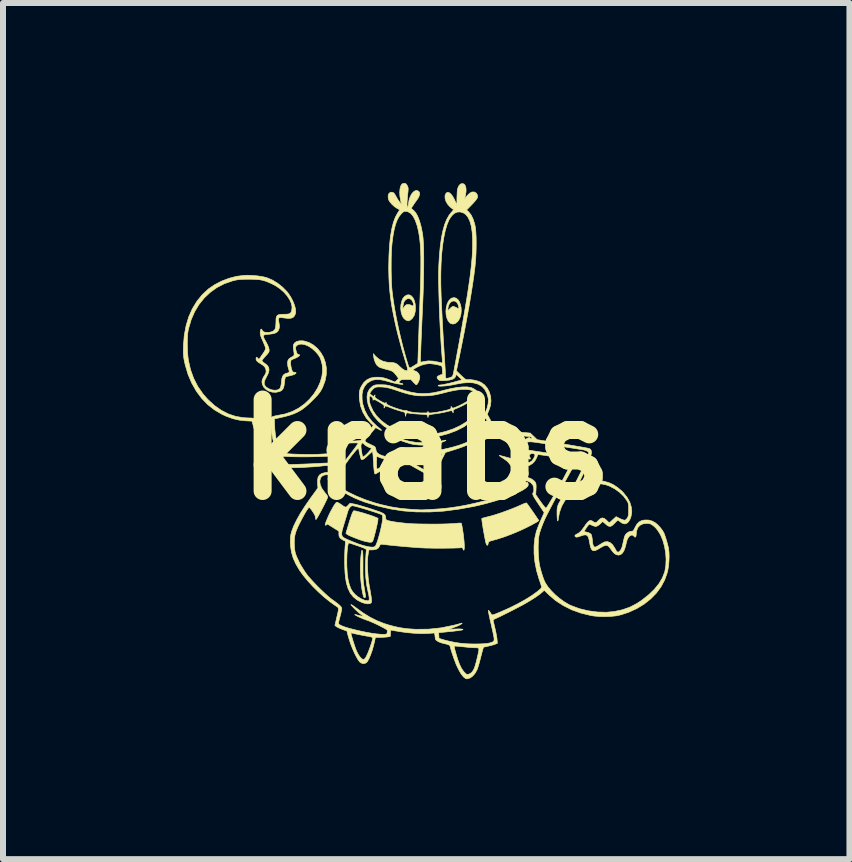
<source format=kicad_pcb>
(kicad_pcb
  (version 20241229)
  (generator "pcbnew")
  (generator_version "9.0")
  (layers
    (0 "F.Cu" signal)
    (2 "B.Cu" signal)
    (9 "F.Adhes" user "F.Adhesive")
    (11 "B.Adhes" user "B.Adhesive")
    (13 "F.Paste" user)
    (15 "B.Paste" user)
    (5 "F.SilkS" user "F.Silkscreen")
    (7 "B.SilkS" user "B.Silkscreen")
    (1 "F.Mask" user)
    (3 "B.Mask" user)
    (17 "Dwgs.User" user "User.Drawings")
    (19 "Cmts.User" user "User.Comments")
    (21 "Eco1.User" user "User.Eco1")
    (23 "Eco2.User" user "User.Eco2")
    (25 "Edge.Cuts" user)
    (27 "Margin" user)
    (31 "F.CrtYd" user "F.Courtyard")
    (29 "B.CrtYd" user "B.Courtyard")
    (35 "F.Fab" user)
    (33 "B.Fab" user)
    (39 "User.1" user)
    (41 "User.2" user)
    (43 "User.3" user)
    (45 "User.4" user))
  (footprint "krabs"
    (layer "F.Cu")
    (at 4.048 4.443)
    (property "Reference" "krabs" (at 0 0 0) (layer "F.SilkS") (effects (font (size 1.524 1.524) (thickness 0.3))))
    (attr through_hole)
    (fp_poly (pts (xy -0.463 -0.189) (xy -0.437 -0.183) (xy -0.402 -0.173) (xy -0.39 -0.17) (xy -0.27 -0.138) (xy -0.156 -0.119) (xy -0.037 -0.114) (xy 0.029 -0.115) (xy 0.103 -0.12) (xy 0.173 -0.128) (xy 0.232 -0.137) (xy 0.249 -0.141) (xy 0.287 -0.15) (xy 0.316 -0.156) (xy 0.333 -0.157) (xy 0.334 -0.157) (xy 0.329 -0.15) (xy 0.309 -0.14) (xy 0.278 -0.127) (xy 0.241 -0.113) (xy 0.202 -0.1) (xy 0.187 -0.096) (xy 0.13 -0.085) (xy 0.059 -0.077) (xy -0.019 -0.074) (xy -0.097 -0.076) (xy -0.169 -0.082) (xy -0.224 -0.09) (xy -0.278 -0.104) (xy -0.331 -0.12) (xy -0.38 -0.137) (xy -0.422 -0.153) (xy -0.454 -0.169) (xy -0.472 -0.182) (xy -0.474 -0.19) (xy -0.463 -0.189)) (stroke (width 0.01) (type solid)) (fill yes) (layer "F.SilkS"))
    (fp_poly (pts (xy -1.059 1.68) (xy -1.055 1.695) (xy -1.052 1.723) (xy -1.05 1.767) (xy -1.049 1.828) (xy -1.049 1.907) (xy -1.049 1.923) (xy -1.049 2.006) (xy -1.049 2.073) (xy -1.047 2.128) (xy -1.045 2.174) (xy -1.041 2.217) (xy -1.035 2.259) (xy -1.028 2.299) (xy -1.02 2.35) (xy -1.013 2.394) (xy -1.008 2.428) (xy -1.006 2.448) (xy -1.006 2.449) (xy -1.012 2.465) (xy -1.026 2.468) (xy -1.038 2.456) (xy -1.04 2.451) (xy -1.057 2.383) (xy -1.071 2.3) (xy -1.082 2.206) (xy -1.09 2.107) (xy -1.093 2.006) (xy -1.093 1.909) (xy -1.088 1.833) (xy -1.084 1.782) (xy -1.079 1.738) (xy -1.075 1.705) (xy -1.072 1.687) (xy -1.071 1.686) (xy -1.064 1.678) (xy -1.059 1.68)) (stroke (width 0.01) (type solid)) (fill yes) (layer "F.SilkS"))
    (fp_poly (pts (xy -1.188 1.02) (xy -1.157 1.026) (xy -1.116 1.037) (xy -1.066 1.05) (xy -1.013 1.066) (xy -0.96 1.083) (xy -0.911 1.099) (xy -0.87 1.114) (xy -0.865 1.116) (xy -0.798 1.144) (xy -0.801 1.182) (xy -0.805 1.207) (xy -0.813 1.247) (xy -0.824 1.296) (xy -0.837 1.351) (xy -0.851 1.405) (xy -0.864 1.454) (xy -0.875 1.493) (xy -0.883 1.516) (xy -0.893 1.535) (xy -0.91 1.543) (xy -0.932 1.544) (xy -0.963 1.54) (xy -1.003 1.532) (xy -1.034 1.524) (xy -1.082 1.509) (xy -1.135 1.49) (xy -1.188 1.47) (xy -1.237 1.45) (xy -1.278 1.432) (xy -1.305 1.418) (xy -1.312 1.413) (xy -1.334 1.395) (xy -1.296 1.269) (xy -1.271 1.186) (xy -1.25 1.122) (xy -1.233 1.074) (xy -1.219 1.042) (xy -1.209 1.024) (xy -1.203 1.019) (xy -1.188 1.02)) (stroke (width 0.01) (type solid)) (fill yes) (layer "F.SilkS"))
    (fp_poly (pts (xy -0.247 -2.565) (xy -0.218 -2.535) (xy -0.195 -2.49) (xy -0.18 -2.433) (xy -0.175 -2.386) (xy -0.177 -2.308) (xy -0.192 -2.243) (xy -0.222 -2.193) (xy -0.24 -2.175) (xy -0.27 -2.152) (xy -0.296 -2.145) (xy -0.324 -2.154) (xy -0.341 -2.163) (xy -0.374 -2.194) (xy -0.398 -2.239) (xy -0.414 -2.294) (xy -0.419 -2.342) (xy -0.388 -2.342) (xy -0.361 -2.38) (xy -0.341 -2.404) (xy -0.322 -2.416) (xy -0.297 -2.418) (xy -0.265 -2.414) (xy -0.238 -2.403) (xy -0.236 -2.402) (xy -0.216 -2.394) (xy -0.207 -2.402) (xy -0.208 -2.427) (xy -0.216 -2.454) (xy -0.235 -2.491) (xy -0.264 -2.513) (xy -0.297 -2.518) (xy -0.311 -2.514) (xy -0.346 -2.491) (xy -0.37 -2.452) (xy -0.382 -2.398) (xy -0.388 -2.342) (xy -0.419 -2.342) (xy -0.42 -2.354) (xy -0.417 -2.415) (xy -0.404 -2.472) (xy -0.383 -2.521) (xy -0.354 -2.555) (xy -0.316 -2.577) (xy -0.28 -2.58) (xy -0.247 -2.565)) (stroke (width 0.01) (type solid)) (fill yes) (layer "F.SilkS"))
    (fp_poly (pts (xy 0.505 -2.523) (xy 0.534 -2.499) (xy 0.558 -2.463) (xy 0.575 -2.418) (xy 0.586 -2.367) (xy 0.589 -2.313) (xy 0.584 -2.258) (xy 0.57 -2.206) (xy 0.547 -2.158) (xy 0.524 -2.129) (xy 0.488 -2.102) (xy 0.45 -2.092) (xy 0.413 -2.102) (xy 0.4 -2.111) (xy 0.369 -2.147) (xy 0.348 -2.196) (xy 0.336 -2.252) (xy 0.333 -2.312) (xy 0.336 -2.337) (xy 0.366 -2.337) (xy 0.367 -2.324) (xy 0.372 -2.322) (xy 0.384 -2.333) (xy 0.4 -2.35) (xy 0.424 -2.372) (xy 0.445 -2.385) (xy 0.453 -2.388) (xy 0.474 -2.382) (xy 0.501 -2.37) (xy 0.507 -2.367) (xy 0.529 -2.355) (xy 0.544 -2.35) (xy 0.546 -2.351) (xy 0.549 -2.366) (xy 0.544 -2.392) (xy 0.534 -2.421) (xy 0.52 -2.447) (xy 0.513 -2.455) (xy 0.482 -2.475) (xy 0.45 -2.477) (xy 0.42 -2.463) (xy 0.394 -2.436) (xy 0.375 -2.397) (xy 0.366 -2.35) (xy 0.366 -2.337) (xy 0.336 -2.337) (xy 0.34 -2.372) (xy 0.354 -2.428) (xy 0.377 -2.476) (xy 0.408 -2.511) (xy 0.432 -2.526) (xy 0.471 -2.533) (xy 0.505 -2.523)) (stroke (width 0.01) (type solid)) (fill yes) (layer "F.SilkS"))
    (fp_poly (pts (xy 1.676 0.889) (xy 1.685 0.899) (xy 1.703 0.923) (xy 1.728 0.958) (xy 1.758 1.001) (xy 1.784 1.038) (xy 1.882 1.182) (xy 1.858 1.2) (xy 1.841 1.211) (xy 1.81 1.228) (xy 1.767 1.251) (xy 1.716 1.278) (xy 1.666 1.303) (xy 1.564 1.351) (xy 1.45 1.399) (xy 1.33 1.445) (xy 1.213 1.484) (xy 1.104 1.515) (xy 1.097 1.517) (xy 1.065 1.526) (xy 1.048 1.535) (xy 1.041 1.548) (xy 1.038 1.563) (xy 1.032 1.588) (xy 1.022 1.595) (xy 1.011 1.584) (xy 1 1.557) (xy 0.996 1.543) (xy 0.985 1.486) (xy 0.973 1.425) (xy 0.962 1.363) (xy 0.951 1.302) (xy 0.943 1.248) (xy 0.936 1.202) (xy 0.932 1.168) (xy 0.931 1.15) (xy 0.932 1.147) (xy 0.945 1.142) (xy 0.973 1.134) (xy 1.009 1.125) (xy 1.016 1.123) (xy 1.079 1.107) (xy 1.155 1.085) (xy 1.241 1.057) (xy 1.33 1.025) (xy 1.418 0.992) (xy 1.5 0.959) (xy 1.572 0.928) (xy 1.593 0.918) (xy 1.628 0.903) (xy 1.657 0.892) (xy 1.674 0.888) (xy 1.676 0.889)) (stroke (width 0.01) (type solid)) (fill yes) (layer "F.SilkS"))
    (fp_poly (pts (xy -1.473 0.88) (xy -1.447 0.892) (xy -1.424 0.907) (xy -1.385 0.935) (xy -1.358 0.951) (xy -1.34 0.958) (xy -1.325 0.954) (xy -1.31 0.942) (xy -1.298 0.929) (xy -1.265 0.893) (xy -1.185 0.909) (xy -1.143 0.919) (xy -1.088 0.935) (xy -1.023 0.954) (xy -0.954 0.975) (xy -0.886 0.997) (xy -0.824 1.018) (xy -0.772 1.036) (xy -0.744 1.048) (xy -0.704 1.067) (xy -0.682 1.089) (xy -0.672 1.116) (xy -0.671 1.135) (xy -0.667 1.161) (xy -0.653 1.175) (xy -0.645 1.178) (xy -0.614 1.187) (xy -0.567 1.197) (xy -0.507 1.207) (xy -0.439 1.216) (xy -0.366 1.224) (xy -0.31 1.23) (xy -0.253 1.234) (xy -0.183 1.237) (xy -0.101 1.239) (xy -0.013 1.24) (xy 0.079 1.241) (xy 0.171 1.241) (xy 0.259 1.24) (xy 0.339 1.238) (xy 0.408 1.235) (xy 0.463 1.232) (xy 0.487 1.23) (xy 0.529 1.226) (xy 0.563 1.224) (xy 0.585 1.225) (xy 0.59 1.227) (xy 0.594 1.239) (xy 0.6 1.268) (xy 0.607 1.309) (xy 0.615 1.359) (xy 0.619 1.383) (xy 0.628 1.454) (xy 0.635 1.52) (xy 0.639 1.578) (xy 0.64 1.624) (xy 0.638 1.658) (xy 0.633 1.675) (xy 0.631 1.676) (xy 0.622 1.668) (xy 0.618 1.654) (xy 0.61 1.636) (xy 0.594 1.634) (xy 0.563 1.637) (xy 0.514 1.639) (xy 0.452 1.641) (xy 0.38 1.642) (xy 0.302 1.643) (xy 0.221 1.643) (xy 0.139 1.643) (xy 0.062 1.641) (xy -0.008 1.64) (xy -0.067 1.637) (xy -0.076 1.637) (xy -0.148 1.632) (xy -0.23 1.626) (xy -0.318 1.619) (xy -0.408 1.611) (xy -0.495 1.603) (xy -0.576 1.595) (xy -0.647 1.587) (xy -0.703 1.581) (xy -0.717 1.579) (xy -0.744 1.576) (xy -0.759 1.581) (xy -0.769 1.598) (xy -0.772 1.605) (xy -0.794 1.64) (xy -0.828 1.661) (xy -0.876 1.67) (xy -0.893 1.671) (xy -0.95 1.671) (xy -0.963 1.742) (xy -0.97 1.801) (xy -0.974 1.875) (xy -0.973 1.959) (xy -0.969 2.048) (xy -0.962 2.139) (xy -0.951 2.226) (xy -0.941 2.286) (xy -0.926 2.367) (xy -0.916 2.43) (xy -0.909 2.478) (xy -0.906 2.512) (xy -0.907 2.536) (xy -0.911 2.551) (xy -0.914 2.555) (xy -0.936 2.567) (xy -0.972 2.57) (xy -1.016 2.563) (xy -1.064 2.548) (xy -1.068 2.547) (xy -1.145 2.507) (xy -1.209 2.455) (xy -1.26 2.392) (xy -1.298 2.314) (xy -1.326 2.221) (xy -1.341 2.128) (xy -1.348 2.058) (xy -1.352 1.974) (xy -1.354 1.882) (xy -1.354 1.878) (xy -1.319 1.878) (xy -1.318 1.944) (xy -1.311 2.064) (xy -1.297 2.165) (xy -1.277 2.249) (xy -1.251 2.318) (xy -1.22 2.369) (xy -1.18 2.414) (xy -1.13 2.455) (xy -1.075 2.488) (xy -1.021 2.51) (xy -0.973 2.519) (xy -0.973 2.519) (xy -0.954 2.518) (xy -0.947 2.508) (xy -0.945 2.484) (xy -0.945 2.482) (xy -0.948 2.449) (xy -0.955 2.409) (xy -0.96 2.388) (xy -0.985 2.269) (xy -1.002 2.137) (xy -1.009 1.996) (xy -1.006 1.852) (xy -1.004 1.827) (xy -1.001 1.775) (xy -0.998 1.729) (xy -0.995 1.694) (xy -0.993 1.675) (xy -0.993 1.673) (xy -0.995 1.664) (xy -1.005 1.655) (xy -1.026 1.644) (xy -1.061 1.63) (xy -1.111 1.612) (xy -1.132 1.604) (xy -1.183 1.587) (xy -1.227 1.572) (xy -1.261 1.561) (xy -1.282 1.555) (xy -1.286 1.554) (xy -1.293 1.564) (xy -1.3 1.591) (xy -1.307 1.632) (xy -1.312 1.685) (xy -1.316 1.745) (xy -1.318 1.811) (xy -1.319 1.878) (xy -1.354 1.878) (xy -1.354 1.789) (xy -1.352 1.701) (xy -1.348 1.629) (xy -1.34 1.527) (xy -1.387 1.504) (xy -1.426 1.478) (xy -1.447 1.446) (xy -1.45 1.418) (xy -1.403 1.418) (xy -1.395 1.442) (xy -1.378 1.46) (xy -1.353 1.477) (xy -1.317 1.494) (xy -1.313 1.496) (xy -1.211 1.539) (xy -1.118 1.575) (xy -1.034 1.601) (xy -0.962 1.618) (xy -0.906 1.625) (xy -0.902 1.625) (xy -0.87 1.623) (xy -0.851 1.616) (xy -0.839 1.603) (xy -0.825 1.573) (xy -0.808 1.528) (xy -0.791 1.472) (xy -0.773 1.408) (xy -0.756 1.342) (xy -0.742 1.277) (xy -0.73 1.218) (xy -0.723 1.169) (xy -0.721 1.142) (xy -0.723 1.108) (xy -0.729 1.089) (xy -0.739 1.082) (xy -0.778 1.067) (xy -0.828 1.05) (xy -0.886 1.031) (xy -0.949 1.011) (xy -1.013 0.991) (xy -1.074 0.973) (xy -1.13 0.957) (xy -1.176 0.945) (xy -1.209 0.937) (xy -1.225 0.935) (xy -1.251 0.944) (xy -1.275 0.97) (xy -1.294 1.008) (xy -1.301 1.03) (xy -1.309 1.055) (xy -1.32 1.094) (xy -1.335 1.144) (xy -1.352 1.198) (xy -1.357 1.215) (xy -1.379 1.287) (xy -1.395 1.343) (xy -1.403 1.386) (xy -1.403 1.418) (xy -1.45 1.418) (xy -1.451 1.404) (xy -1.45 1.393) (xy -1.45 1.367) (xy -1.461 1.352) (xy -1.477 1.342) (xy -1.5 1.328) (xy -1.533 1.308) (xy -1.57 1.284) (xy -1.573 1.283) (xy -1.611 1.258) (xy -1.636 1.244) (xy -1.65 1.241) (xy -1.656 1.246) (xy -1.656 1.25) (xy -1.664 1.259) (xy -1.671 1.26) (xy -1.678 1.257) (xy -1.678 1.245) (xy -1.671 1.221) (xy -1.662 1.196) (xy -1.64 1.142) (xy -1.615 1.085) (xy -1.587 1.029) (xy -1.559 0.978) (xy -1.533 0.933) (xy -1.51 0.9) (xy -1.493 0.88) (xy -1.488 0.877) (xy -1.473 0.88)) (stroke (width 0.01) (type solid)) (fill yes) (layer "F.SilkS"))
    (fp_poly (pts (xy -0.742 -1.081) (xy -0.701 -1.08) (xy -0.668 -1.078) (xy -0.637 -1.073) (xy -0.604 -1.066) (xy -0.564 -1.054) (xy -0.513 -1.037) (xy -0.472 -1.023) (xy -0.354 -0.985) (xy -0.249 -0.957) (xy -0.152 -0.94) (xy -0.06 -0.933) (xy 0.031 -0.936) (xy 0.126 -0.948) (xy 0.229 -0.97) (xy 0.284 -0.985) (xy 0.407 -1.015) (xy 0.516 -1.035) (xy 0.61 -1.045) (xy 0.69 -1.045) (xy 0.753 -1.034) (xy 0.763 -1.031) (xy 0.819 -1.002) (xy 0.863 -0.959) (xy 0.894 -0.904) (xy 0.911 -0.841) (xy 0.913 -0.771) (xy 0.899 -0.698) (xy 0.876 -0.636) (xy 0.845 -0.584) (xy 0.8 -0.527) (xy 0.747 -0.471) (xy 0.69 -0.421) (xy 0.633 -0.381) (xy 0.628 -0.378) (xy 0.506 -0.316) (xy 0.372 -0.266) (xy 0.231 -0.228) (xy 0.112 -0.208) (xy 0.031 -0.199) (xy -0.038 -0.195) (xy -0.105 -0.196) (xy -0.178 -0.202) (xy -0.224 -0.208) (xy -0.358 -0.233) (xy -0.484 -0.274) (xy -0.6 -0.328) (xy -0.704 -0.395) (xy -0.794 -0.473) (xy -0.87 -0.562) (xy -0.925 -0.655) (xy -0.96 -0.739) (xy -0.978 -0.818) (xy -0.98 -0.861) (xy -0.944 -0.861) (xy -0.943 -0.828) (xy -0.938 -0.79) (xy -0.928 -0.752) (xy -0.926 -0.745) (xy -0.883 -0.65) (xy -0.822 -0.562) (xy -0.745 -0.484) (xy -0.654 -0.415) (xy -0.551 -0.356) (xy -0.437 -0.31) (xy -0.314 -0.276) (xy -0.184 -0.255) (xy -0.047 -0.248) (xy -0.01 -0.249) (xy 0.047 -0.252) (xy 0.107 -0.258) (xy 0.161 -0.264) (xy 0.188 -0.269) (xy 0.327 -0.302) (xy 0.457 -0.346) (xy 0.575 -0.401) (xy 0.678 -0.465) (xy 0.719 -0.497) (xy 0.759 -0.537) (xy 0.799 -0.586) (xy 0.832 -0.638) (xy 0.856 -0.687) (xy 0.86 -0.698) (xy 0.869 -0.74) (xy 0.873 -0.786) (xy 0.872 -0.83) (xy 0.867 -0.864) (xy 0.863 -0.875) (xy 0.856 -0.885) (xy 0.847 -0.887) (xy 0.832 -0.877) (xy 0.81 -0.859) (xy 0.786 -0.839) (xy 0.767 -0.826) (xy 0.76 -0.823) (xy 0.757 -0.816) (xy 0.762 -0.803) (xy 0.771 -0.782) (xy 0.769 -0.775) (xy 0.754 -0.785) (xy 0.753 -0.786) (xy 0.743 -0.794) (xy 0.732 -0.795) (xy 0.715 -0.79) (xy 0.688 -0.776) (xy 0.663 -0.761) (xy 0.617 -0.736) (xy 0.566 -0.711) (xy 0.522 -0.692) (xy 0.486 -0.677) (xy 0.465 -0.665) (xy 0.456 -0.654) (xy 0.454 -0.64) (xy 0.455 -0.634) (xy 0.456 -0.614) (xy 0.453 -0.614) (xy 0.445 -0.627) (xy 0.439 -0.639) (xy 0.433 -0.646) (xy 0.422 -0.648) (xy 0.403 -0.646) (xy 0.371 -0.638) (xy 0.334 -0.629) (xy 0.283 -0.618) (xy 0.223 -0.607) (xy 0.164 -0.598) (xy 0.148 -0.596) (xy 0.102 -0.59) (xy 0.072 -0.585) (xy 0.054 -0.579) (xy 0.045 -0.571) (xy 0.04 -0.56) (xy 0.04 -0.559) (xy 0.034 -0.533) (xy 0.029 -0.559) (xy 0.027 -0.569) (xy 0.022 -0.576) (xy 0.01 -0.581) (xy -0.011 -0.585) (xy -0.045 -0.588) (xy -0.095 -0.591) (xy -0.107 -0.591) (xy -0.161 -0.595) (xy -0.211 -0.599) (xy -0.253 -0.603) (xy -0.28 -0.607) (xy -0.281 -0.608) (xy -0.308 -0.613) (xy -0.321 -0.61) (xy -0.329 -0.597) (xy -0.333 -0.585) (xy -0.343 -0.554) (xy -0.344 -0.587) (xy -0.349 -0.611) (xy -0.357 -0.624) (xy -0.358 -0.624) (xy -0.374 -0.628) (xy -0.403 -0.637) (xy -0.437 -0.646) (xy -0.479 -0.659) (xy -0.53 -0.676) (xy -0.58 -0.695) (xy -0.588 -0.698) (xy -0.626 -0.713) (xy -0.656 -0.724) (xy -0.673 -0.729) (xy -0.676 -0.729) (xy -0.682 -0.719) (xy -0.69 -0.706) (xy -0.698 -0.694) (xy -0.699 -0.698) (xy -0.697 -0.713) (xy -0.695 -0.726) (xy -0.7 -0.738) (xy -0.713 -0.751) (xy -0.738 -0.769) (xy -0.775 -0.791) (xy -0.816 -0.815) (xy -0.843 -0.829) (xy -0.861 -0.833) (xy -0.872 -0.831) (xy -0.873 -0.83) (xy -0.883 -0.823) (xy -0.882 -0.833) (xy -0.881 -0.835) (xy -0.884 -0.852) (xy -0.898 -0.873) (xy -0.918 -0.889) (xy -0.933 -0.894) (xy -0.941 -0.885) (xy -0.944 -0.861) (xy -0.98 -0.861) (xy -0.981 -0.89) (xy -0.972 -0.934) (xy -0.935 -0.934) (xy -0.927 -0.925) (xy -0.909 -0.91) (xy -0.903 -0.905) (xy -0.883 -0.891) (xy -0.871 -0.888) (xy -0.861 -0.897) (xy -0.859 -0.901) (xy -0.849 -0.912) (xy -0.848 -0.906) (xy -0.85 -0.893) (xy -0.851 -0.879) (xy -0.845 -0.868) (xy -0.83 -0.854) (xy -0.803 -0.836) (xy -0.775 -0.819) (xy -0.732 -0.795) (xy -0.702 -0.78) (xy -0.684 -0.774) (xy -0.673 -0.776) (xy -0.667 -0.785) (xy -0.667 -0.785) (xy -0.663 -0.787) (xy -0.661 -0.776) (xy -0.657 -0.762) (xy -0.642 -0.75) (xy -0.614 -0.735) (xy -0.586 -0.723) (xy -0.538 -0.704) (xy -0.489 -0.687) (xy -0.44 -0.671) (xy -0.397 -0.659) (xy -0.363 -0.652) (xy -0.342 -0.65) (xy -0.337 -0.652) (xy -0.328 -0.654) (xy -0.318 -0.649) (xy -0.297 -0.639) (xy -0.259 -0.629) (xy -0.209 -0.621) (xy -0.152 -0.615) (xy -0.092 -0.611) (xy -0.064 -0.611) (xy -0.019 -0.611) (xy 0.009 -0.612) (xy 0.024 -0.616) (xy 0.031 -0.622) (xy 0.032 -0.627) (xy 0.033 -0.64) (xy 0.036 -0.633) (xy 0.037 -0.627) (xy 0.051 -0.613) (xy 0.069 -0.61) (xy 0.1 -0.612) (xy 0.145 -0.618) (xy 0.198 -0.626) (xy 0.254 -0.637) (xy 0.306 -0.648) (xy 0.35 -0.658) (xy 0.353 -0.659) (xy 0.389 -0.67) (xy 0.409 -0.679) (xy 0.418 -0.688) (xy 0.419 -0.701) (xy 0.419 -0.702) (xy 0.418 -0.719) (xy 0.423 -0.717) (xy 0.43 -0.706) (xy 0.439 -0.696) (xy 0.448 -0.693) (xy 0.464 -0.695) (xy 0.49 -0.705) (xy 0.515 -0.715) (xy 0.561 -0.735) (xy 0.612 -0.761) (xy 0.654 -0.784) (xy 0.69 -0.806) (xy 0.71 -0.823) (xy 0.718 -0.835) (xy 0.718 -0.845) (xy 0.716 -0.858) (xy 0.725 -0.855) (xy 0.727 -0.853) (xy 0.745 -0.85) (xy 0.772 -0.86) (xy 0.802 -0.88) (xy 0.829 -0.905) (xy 0.84 -0.919) (xy 0.841 -0.93) (xy 0.829 -0.944) (xy 0.816 -0.955) (xy 0.776 -0.982) (xy 0.726 -0.998) (xy 0.664 -1.005) (xy 0.589 -1.003) (xy 0.499 -0.991) (xy 0.393 -0.97) (xy 0.31 -0.949) (xy 0.238 -0.931) (xy 0.181 -0.918) (xy 0.132 -0.909) (xy 0.087 -0.903) (xy 0.041 -0.899) (xy 0 -0.897) (xy -0.069 -0.896) (xy -0.133 -0.898) (xy -0.195 -0.906) (xy -0.261 -0.918) (xy -0.334 -0.937) (xy -0.419 -0.963) (xy -0.477 -0.983) (xy -0.543 -1.005) (xy -0.594 -1.02) (xy -0.635 -1.031) (xy -0.671 -1.038) (xy -0.706 -1.042) (xy -0.737 -1.044) (xy -0.783 -1.045) (xy -0.814 -1.044) (xy -0.837 -1.039) (xy -0.856 -1.03) (xy -0.861 -1.027) (xy -0.883 -1.008) (xy -0.906 -0.983) (xy -0.925 -0.957) (xy -0.934 -0.937) (xy -0.935 -0.934) (xy -0.972 -0.934) (xy -0.968 -0.955) (xy -0.94 -1.009) (xy -0.897 -1.051) (xy -0.887 -1.058) (xy -0.867 -1.069) (xy -0.847 -1.076) (xy -0.822 -1.08) (xy -0.786 -1.081) (xy -0.742 -1.081)) (stroke (width 0.01) (type solid)) (fill yes) (layer "F.SilkS"))
    (fp_poly (pts (xy -0.327 -4.425) (xy -0.308 -4.394) (xy -0.308 -4.394) (xy -0.3 -4.375) (xy -0.296 -4.356) (xy -0.296 -4.33) (xy -0.299 -4.293) (xy -0.303 -4.259) (xy -0.309 -4.2) (xy -0.313 -4.145) (xy -0.315 -4.098) (xy -0.314 -4.061) (xy -0.31 -4.039) (xy -0.306 -4.034) (xy -0.301 -4.043) (xy -0.296 -4.067) (xy -0.291 -4.099) (xy -0.281 -4.159) (xy -0.263 -4.213) (xy -0.24 -4.258) (xy -0.212 -4.292) (xy -0.182 -4.313) (xy -0.152 -4.319) (xy -0.124 -4.307) (xy -0.117 -4.301) (xy -0.104 -4.275) (xy -0.108 -4.239) (xy -0.127 -4.196) (xy -0.15 -4.162) (xy -0.176 -4.125) (xy -0.203 -4.087) (xy -0.217 -4.065) (xy -0.246 -4.021) (xy -0.211 -3.992) (xy -0.172 -3.951) (xy -0.138 -3.892) (xy -0.108 -3.816) (xy -0.081 -3.721) (xy -0.058 -3.607) (xy -0.054 -3.581) (xy -0.048 -3.528) (xy -0.043 -3.457) (xy -0.039 -3.369) (xy -0.037 -3.266) (xy -0.036 -3.149) (xy -0.037 -3.021) (xy -0.039 -2.883) (xy -0.042 -2.738) (xy -0.047 -2.586) (xy -0.053 -2.429) (xy -0.054 -2.418) (xy -0.062 -2.238) (xy -0.069 -2.078) (xy -0.075 -1.937) (xy -0.08 -1.815) (xy -0.084 -1.712) (xy -0.087 -1.627) (xy -0.089 -1.56) (xy -0.091 -1.51) (xy -0.091 -1.477) (xy -0.091 -1.461) (xy -0.09 -1.459) (xy -0.079 -1.459) (xy -0.054 -1.464) (xy -0.03 -1.469) (xy 0.04 -1.479) (xy 0.123 -1.475) (xy 0.217 -1.457) (xy 0.258 -1.446) (xy 0.267 -1.445) (xy 0.273 -1.45) (xy 0.274 -1.465) (xy 0.273 -1.495) (xy 0.271 -1.52) (xy 0.261 -1.645) (xy 0.252 -1.779) (xy 0.244 -1.92) (xy 0.236 -2.064) (xy 0.229 -2.21) (xy 0.223 -2.355) (xy 0.219 -2.495) (xy 0.215 -2.629) (xy 0.213 -2.754) (xy 0.212 -2.76) (xy 0.248 -2.76) (xy 0.253 -2.575) (xy 0.253 -2.573) (xy 0.264 -2.33) (xy 0.277 -2.073) (xy 0.292 -1.806) (xy 0.309 -1.536) (xy 0.31 -1.524) (xy 0.314 -1.454) (xy 0.318 -1.388) (xy 0.322 -1.329) (xy 0.324 -1.282) (xy 0.325 -1.249) (xy 0.325 -1.242) (xy 0.326 -1.211) (xy 0.33 -1.195) (xy 0.339 -1.189) (xy 0.351 -1.189) (xy 0.378 -1.193) (xy 0.409 -1.202) (xy 0.411 -1.203) (xy 0.426 -1.21) (xy 0.437 -1.217) (xy 0.445 -1.229) (xy 0.452 -1.248) (xy 0.46 -1.277) (xy 0.468 -1.321) (xy 0.476 -1.367) (xy 0.485 -1.412) (xy 0.496 -1.472) (xy 0.509 -1.541) (xy 0.522 -1.615) (xy 0.536 -1.689) (xy 0.538 -1.697) (xy 0.579 -1.925) (xy 0.617 -2.141) (xy 0.653 -2.35) (xy 0.688 -2.561) (xy 0.701 -2.646) (xy 0.732 -2.856) (xy 0.755 -3.047) (xy 0.771 -3.22) (xy 0.778 -3.375) (xy 0.778 -3.511) (xy 0.77 -3.629) (xy 0.755 -3.729) (xy 0.731 -3.811) (xy 0.7 -3.874) (xy 0.661 -3.921) (xy 0.628 -3.943) (xy 0.574 -3.961) (xy 0.523 -3.959) (xy 0.474 -3.938) (xy 0.43 -3.897) (xy 0.39 -3.838) (xy 0.382 -3.823) (xy 0.35 -3.745) (xy 0.322 -3.648) (xy 0.298 -3.534) (xy 0.278 -3.404) (xy 0.263 -3.261) (xy 0.253 -3.104) (xy 0.248 -2.937) (xy 0.248 -2.76) (xy 0.212 -2.76) (xy 0.211 -2.867) (xy 0.212 -2.965) (xy 0.214 -3.046) (xy 0.214 -3.056) (xy 0.224 -3.233) (xy 0.239 -3.39) (xy 0.258 -3.528) (xy 0.283 -3.649) (xy 0.312 -3.752) (xy 0.347 -3.838) (xy 0.387 -3.908) (xy 0.422 -3.952) (xy 0.444 -3.977) (xy 0.458 -3.995) (xy 0.46 -4.003) (xy 0.46 -4.003) (xy 0.447 -4.009) (xy 0.425 -4.026) (xy 0.398 -4.049) (xy 0.36 -4.092) (xy 0.333 -4.14) (xy 0.319 -4.188) (xy 0.318 -4.232) (xy 0.333 -4.269) (xy 0.337 -4.274) (xy 0.359 -4.289) (xy 0.385 -4.284) (xy 0.414 -4.262) (xy 0.445 -4.223) (xy 0.476 -4.167) (xy 0.481 -4.155) (xy 0.516 -4.079) (xy 0.517 -4.196) (xy 0.519 -4.247) (xy 0.521 -4.294) (xy 0.525 -4.331) (xy 0.529 -4.35) (xy 0.546 -4.393) (xy 0.571 -4.422) (xy 0.599 -4.434) (xy 0.628 -4.429) (xy 0.64 -4.422) (xy 0.658 -4.395) (xy 0.668 -4.355) (xy 0.669 -4.304) (xy 0.661 -4.247) (xy 0.657 -4.232) (xy 0.649 -4.199) (xy 0.646 -4.184) (xy 0.649 -4.183) (xy 0.657 -4.194) (xy 0.658 -4.196) (xy 0.688 -4.234) (xy 0.721 -4.266) (xy 0.752 -4.287) (xy 0.766 -4.293) (xy 0.804 -4.294) (xy 0.835 -4.278) (xy 0.855 -4.25) (xy 0.861 -4.215) (xy 0.859 -4.2) (xy 0.849 -4.182) (xy 0.828 -4.153) (xy 0.799 -4.119) (xy 0.765 -4.083) (xy 0.678 -3.994) (xy 0.715 -3.959) (xy 0.753 -3.911) (xy 0.786 -3.843) (xy 0.813 -3.758) (xy 0.82 -3.727) (xy 0.828 -3.676) (xy 0.833 -3.609) (xy 0.837 -3.53) (xy 0.838 -3.442) (xy 0.837 -3.349) (xy 0.834 -3.256) (xy 0.829 -3.165) (xy 0.821 -3.081) (xy 0.819 -3.058) (xy 0.8 -2.906) (xy 0.777 -2.747) (xy 0.75 -2.577) (xy 0.72 -2.397) (xy 0.685 -2.203) (xy 0.646 -1.995) (xy 0.602 -1.771) (xy 0.553 -1.528) (xy 0.548 -1.507) (xy 0.508 -1.313) (xy 0.585 -1.238) (xy 0.62 -1.205) (xy 0.645 -1.183) (xy 0.664 -1.171) (xy 0.68 -1.166) (xy 0.698 -1.166) (xy 0.7 -1.167) (xy 0.75 -1.166) (xy 0.808 -1.157) (xy 0.865 -1.142) (xy 0.914 -1.123) (xy 0.915 -1.123) (xy 0.975 -1.081) (xy 1.022 -1.026) (xy 1.057 -0.96) (xy 1.078 -0.887) (xy 1.084 -0.809) (xy 1.074 -0.729) (xy 1.048 -0.65) (xy 1.043 -0.64) (xy 1.03 -0.609) (xy 1.025 -0.589) (xy 1.03 -0.575) (xy 1.032 -0.571) (xy 1.041 -0.555) (xy 1.057 -0.526) (xy 1.078 -0.486) (xy 1.102 -0.439) (xy 1.107 -0.43) (xy 1.168 -0.308) (xy 1.349 -0.3) (xy 1.417 -0.297) (xy 1.487 -0.294) (xy 1.553 -0.29) (xy 1.609 -0.286) (xy 1.634 -0.285) (xy 1.739 -0.276) (xy 1.796 -0.221) (xy 1.854 -0.166) (xy 2.276 -0.097) (xy 2.367 -0.082) (xy 2.452 -0.068) (xy 2.529 -0.054) (xy 2.597 -0.043) (xy 2.652 -0.033) (xy 2.692 -0.025) (xy 2.716 -0.02) (xy 2.721 -0.019) (xy 2.743 -0.004) (xy 2.756 0.02) (xy 2.758 0.056) (xy 2.749 0.104) (xy 2.73 0.164) (xy 2.7 0.239) (xy 2.659 0.329) (xy 2.64 0.368) (xy 2.613 0.424) (xy 2.589 0.473) (xy 2.57 0.513) (xy 2.558 0.541) (xy 2.553 0.554) (xy 2.553 0.554) (xy 2.563 0.553) (xy 2.588 0.548) (xy 2.621 0.539) (xy 2.621 0.539) (xy 2.732 0.518) (xy 2.843 0.513) (xy 2.952 0.524) (xy 3.043 0.548) (xy 3.119 0.582) (xy 3.195 0.632) (xy 3.265 0.691) (xy 3.29 0.717) (xy 3.353 0.796) (xy 3.398 0.877) (xy 3.423 0.958) (xy 3.431 1.038) (xy 3.418 1.115) (xy 3.404 1.154) (xy 3.377 1.202) (xy 3.345 1.23) (xy 3.31 1.238) (xy 3.271 1.226) (xy 3.246 1.209) (xy 3.222 1.191) (xy 3.203 1.18) (xy 3.198 1.179) (xy 3.186 1.186) (xy 3.166 1.204) (xy 3.142 1.229) (xy 3.107 1.263) (xy 3.077 1.279) (xy 3.048 1.277) (xy 3.015 1.258) (xy 2.991 1.237) (xy 2.965 1.214) (xy 2.95 1.203) (xy 2.94 1.203) (xy 2.93 1.211) (xy 2.928 1.214) (xy 2.897 1.245) (xy 2.864 1.268) (xy 2.834 1.28) (xy 2.828 1.28) (xy 2.804 1.275) (xy 2.774 1.264) (xy 2.768 1.261) (xy 2.742 1.249) (xy 2.723 1.245) (xy 2.719 1.246) (xy 2.708 1.256) (xy 2.69 1.279) (xy 2.67 1.308) (xy 2.65 1.339) (xy 2.641 1.357) (xy 2.641 1.365) (xy 2.649 1.369) (xy 2.654 1.37) (xy 2.701 1.38) (xy 2.737 1.397) (xy 2.756 1.416) (xy 2.762 1.436) (xy 2.769 1.47) (xy 2.774 1.511) (xy 2.774 1.517) (xy 2.78 1.569) (xy 2.79 1.602) (xy 2.797 1.613) (xy 2.81 1.623) (xy 2.823 1.624) (xy 2.845 1.615) (xy 2.849 1.613) (xy 2.879 1.596) (xy 2.914 1.574) (xy 2.927 1.565) (xy 2.976 1.539) (xy 3.023 1.533) (xy 3.066 1.547) (xy 3.107 1.58) (xy 3.143 1.634) (xy 3.15 1.646) (xy 3.171 1.685) (xy 3.189 1.705) (xy 3.207 1.709) (xy 3.225 1.697) (xy 3.235 1.686) (xy 3.247 1.67) (xy 3.257 1.653) (xy 3.266 1.63) (xy 3.275 1.599) (xy 3.285 1.554) (xy 3.297 1.502) (xy 3.307 1.459) (xy 3.318 1.43) (xy 3.332 1.409) (xy 3.349 1.392) (xy 3.385 1.368) (xy 3.419 1.361) (xy 3.437 1.36) (xy 3.451 1.354) (xy 3.463 1.339) (xy 3.479 1.311) (xy 3.487 1.293) (xy 3.518 1.24) (xy 3.553 1.205) (xy 3.595 1.183) (xy 3.641 1.173) (xy 3.707 1.173) (xy 3.769 1.19) (xy 3.822 1.219) (xy 3.858 1.249) (xy 3.897 1.289) (xy 3.933 1.334) (xy 3.96 1.377) (xy 3.962 1.379) (xy 3.974 1.408) (xy 3.989 1.45) (xy 4.005 1.501) (xy 4.021 1.555) (xy 4.034 1.606) (xy 4.044 1.648) (xy 4.045 1.656) (xy 4.051 1.713) (xy 4.053 1.784) (xy 4.05 1.861) (xy 4.043 1.938) (xy 4.032 2.007) (xy 4.023 2.047) (xy 3.98 2.169) (xy 3.919 2.284) (xy 3.841 2.39) (xy 3.746 2.487) (xy 3.638 2.573) (xy 3.515 2.648) (xy 3.38 2.71) (xy 3.246 2.754) (xy 3.172 2.77) (xy 3.084 2.779) (xy 2.989 2.783) (xy 2.893 2.781) (xy 2.8 2.773) (xy 2.746 2.764) (xy 2.582 2.724) (xy 2.429 2.669) (xy 2.288 2.598) (xy 2.159 2.514) (xy 2.05 2.42) (xy 1.972 2.344) (xy 1.93 2.382) (xy 1.889 2.415) (xy 1.834 2.454) (xy 1.768 2.497) (xy 1.694 2.542) (xy 1.626 2.581) (xy 1.583 2.604) (xy 1.529 2.632) (xy 1.468 2.664) (xy 1.404 2.697) (xy 1.34 2.729) (xy 1.28 2.759) (xy 1.227 2.785) (xy 1.184 2.805) (xy 1.156 2.818) (xy 1.155 2.818) (xy 1.131 2.83) (xy 1.121 2.843) (xy 1.122 2.857) (xy 1.127 2.876) (xy 1.135 2.91) (xy 1.145 2.953) (xy 1.153 2.987) (xy 1.165 3.04) (xy 1.175 3.094) (xy 1.183 3.141) (xy 1.185 3.161) (xy 1.191 3.228) (xy 1.147 3.245) (xy 1.113 3.256) (xy 1.069 3.268) (xy 1.033 3.276) (xy 0.998 3.284) (xy 0.971 3.29) (xy 0.959 3.295) (xy 0.959 3.295) (xy 0.955 3.306) (xy 0.947 3.333) (xy 0.936 3.373) (xy 0.923 3.423) (xy 0.913 3.461) (xy 0.898 3.519) (xy 0.883 3.574) (xy 0.869 3.62) (xy 0.858 3.654) (xy 0.853 3.666) (xy 0.82 3.726) (xy 0.78 3.773) (xy 0.737 3.805) (xy 0.692 3.819) (xy 0.679 3.82) (xy 0.659 3.813) (xy 0.634 3.794) (xy 0.62 3.781) (xy 0.584 3.734) (xy 0.546 3.668) (xy 0.507 3.587) (xy 0.47 3.491) (xy 0.453 3.442) (xy 0.436 3.392) (xy 0.422 3.347) (xy 0.412 3.313) (xy 0.407 3.293) (xy 0.406 3.29) (xy 0.402 3.274) (xy 0.472 3.274) (xy 0.472 3.286) (xy 0.477 3.313) (xy 0.487 3.351) (xy 0.5 3.397) (xy 0.515 3.447) (xy 0.53 3.496) (xy 0.546 3.54) (xy 0.559 3.576) (xy 0.561 3.58) (xy 0.59 3.64) (xy 0.623 3.69) (xy 0.637 3.706) (xy 0.662 3.732) (xy 0.68 3.744) (xy 0.697 3.746) (xy 0.708 3.744) (xy 0.737 3.732) (xy 0.759 3.717) (xy 0.777 3.696) (xy 0.794 3.669) (xy 0.81 3.633) (xy 0.825 3.586) (xy 0.842 3.524) (xy 0.86 3.447) (xy 0.87 3.404) (xy 0.879 3.358) (xy 0.883 3.328) (xy 0.88 3.312) (xy 0.868 3.304) (xy 0.845 3.302) (xy 0.824 3.302) (xy 0.792 3.301) (xy 0.745 3.298) (xy 0.689 3.293) (xy 0.631 3.287) (xy 0.62 3.286) (xy 0.568 3.281) (xy 0.524 3.277) (xy 0.491 3.274) (xy 0.474 3.274) (xy 0.472 3.274) (xy 0.402 3.274) (xy 0.401 3.27) (xy 0.385 3.256) (xy 0.354 3.244) (xy 0.316 3.235) (xy 0.26 3.221) (xy 0.213 3.203) (xy 0.178 3.182) (xy 0.159 3.161) (xy 0.157 3.155) (xy 0.154 3.131) (xy 0.15 3.1) (xy 0.15 3.094) (xy 0.145 3.067) (xy 0.137 3.055) (xy 0.135 3.055) (xy 0.121 3.057) (xy 0.091 3.059) (xy 0.05 3.062) (xy 0.013 3.064) (xy -0.08 3.066) (xy -0.187 3.061) (xy -0.303 3.051) (xy -0.423 3.035) (xy -0.469 3.027) (xy -0.514 3.02) (xy -0.552 3.013) (xy -0.577 3.009) (xy -0.586 3.007) (xy -0.588 3.017) (xy -0.59 3.04) (xy -0.591 3.061) (xy -0.594 3.114) (xy -0.635 3.121) (xy -0.665 3.124) (xy -0.707 3.127) (xy -0.753 3.129) (xy -0.759 3.129) (xy -0.842 3.129) (xy -0.854 3.187) (xy -0.873 3.267) (xy -0.895 3.345) (xy -0.92 3.415) (xy -0.945 3.475) (xy -0.969 3.521) (xy -0.986 3.545) (xy -1.016 3.563) (xy -1.052 3.566) (xy -1.087 3.552) (xy -1.104 3.538) (xy -1.13 3.503) (xy -1.16 3.452) (xy -1.191 3.39) (xy -1.222 3.319) (xy -1.252 3.244) (xy -1.277 3.169) (xy -1.295 3.109) (xy -1.307 3.063) (xy -1.248 3.063) (xy -1.245 3.084) (xy -1.235 3.119) (xy -1.22 3.171) (xy -1.22 3.172) (xy -1.194 3.252) (xy -1.172 3.316) (xy -1.151 3.367) (xy -1.13 3.407) (xy -1.109 3.441) (xy -1.1 3.452) (xy -1.072 3.483) (xy -1.048 3.496) (xy -1.027 3.492) (xy -1.006 3.469) (xy -0.984 3.427) (xy -0.981 3.42) (xy -0.961 3.375) (xy -0.942 3.324) (xy -0.923 3.272) (xy -0.907 3.224) (xy -0.895 3.182) (xy -0.888 3.151) (xy -0.887 3.136) (xy -0.899 3.127) (xy -0.928 3.118) (xy -0.968 3.11) (xy -0.972 3.11) (xy -1.022 3.101) (xy -1.076 3.091) (xy -1.13 3.08) (xy -1.178 3.07) (xy -1.216 3.061) (xy -1.239 3.054) (xy -1.241 3.054) (xy -1.247 3.054) (xy -1.248 3.063) (xy -1.307 3.063) (xy -1.317 3.023) (xy -1.39 2.997) (xy -1.43 2.981) (xy -1.465 2.965) (xy -1.489 2.951) (xy -1.49 2.951) (xy -1.517 2.93) (xy -1.489 2.809) (xy -1.474 2.747) (xy -1.464 2.702) (xy -1.459 2.671) (xy -1.459 2.649) (xy -1.464 2.633) (xy -1.476 2.621) (xy -1.495 2.609) (xy -1.516 2.595) (xy -1.605 2.531) (xy -1.699 2.455) (xy -1.794 2.369) (xy -1.886 2.278) (xy -1.971 2.185) (xy -2.046 2.094) (xy -2.107 2.009) (xy -2.108 2.007) (xy -2.169 1.903) (xy -2.213 1.805) (xy -2.241 1.708) (xy -2.256 1.609) (xy -2.259 1.55) (xy -2.194 1.55) (xy -2.192 1.602) (xy -2.188 1.658) (xy -2.181 1.703) (xy -2.169 1.746) (xy -2.155 1.783) (xy -2.099 1.902) (xy -2.024 2.024) (xy -1.983 2.083) (xy -1.95 2.123) (xy -1.906 2.173) (xy -1.854 2.229) (xy -1.797 2.288) (xy -1.738 2.345) (xy -1.681 2.399) (xy -1.629 2.446) (xy -1.586 2.482) (xy -1.57 2.494) (xy -1.509 2.537) (xy -1.463 2.573) (xy -1.432 2.6) (xy -1.412 2.623) (xy -1.403 2.641) (xy -1.402 2.65) (xy -1.405 2.671) (xy -1.412 2.706) (xy -1.422 2.75) (xy -1.433 2.789) (xy -1.446 2.837) (xy -1.453 2.87) (xy -1.456 2.891) (xy -1.455 2.903) (xy -1.449 2.911) (xy -1.446 2.913) (xy -1.414 2.931) (xy -1.365 2.951) (xy -1.302 2.971) (xy -1.229 2.991) (xy -1.148 3.011) (xy -1.064 3.03) (xy -0.979 3.047) (xy -0.897 3.061) (xy -0.821 3.071) (xy -0.753 3.077) (xy -0.712 3.078) (xy -0.678 3.078) (xy -0.66 3.074) (xy -0.65 3.066) (xy -0.646 3.052) (xy -0.643 3.026) (xy -0.645 3.009) (xy -0.656 2.999) (xy -0.683 2.982) (xy -0.721 2.962) (xy -0.767 2.938) (xy -0.817 2.913) (xy -0.869 2.889) (xy -0.918 2.868) (xy -0.961 2.85) (xy -0.995 2.839) (xy -0.996 2.838) (xy -1.025 2.828) (xy -1.061 2.814) (xy -1.099 2.797) (xy -1.135 2.78) (xy -1.164 2.765) (xy -1.183 2.754) (xy -1.187 2.748) (xy -1.176 2.749) (xy -1.151 2.754) (xy -1.117 2.763) (xy -1.115 2.764) (xy -1.075 2.773) (xy -1.052 2.776) (xy -1.049 2.771) (xy -1.064 2.758) (xy -1.076 2.75) (xy -1.098 2.735) (xy -1.126 2.711) (xy -1.158 2.682) (xy -1.19 2.651) (xy -1.218 2.622) (xy -1.239 2.599) (xy -1.249 2.584) (xy -1.25 2.582) (xy -1.242 2.583) (xy -1.222 2.595) (xy -1.193 2.615) (xy -1.166 2.635) (xy -1.047 2.721) (xy -0.933 2.792) (xy -0.818 2.85) (xy -0.699 2.897) (xy -0.63 2.919) (xy -0.524 2.948) (xy -0.423 2.969) (xy -0.319 2.984) (xy -0.206 2.992) (xy -0.163 2.994) (xy 0.045 2.992) (xy 0.253 2.97) (xy 0.464 2.927) (xy 0.544 2.906) (xy 0.58 2.896) (xy 0.599 2.892) (xy 0.604 2.893) (xy 0.599 2.899) (xy 0.592 2.905) (xy 0.568 2.92) (xy 0.535 2.936) (xy 0.521 2.942) (xy 0.48 2.957) (xy 0.438 2.974) (xy 0.427 2.978) (xy 0.381 2.996) (xy 0.489 2.99) (xy 0.54 2.988) (xy 0.581 2.989) (xy 0.608 2.992) (xy 0.614 2.994) (xy 0.618 2.998) (xy 0.612 3.003) (xy 0.596 3.007) (xy 0.568 3.012) (xy 0.525 3.018) (xy 0.467 3.025) (xy 0.391 3.033) (xy 0.332 3.039) (xy 0.212 3.051) (xy 0.215 3.098) (xy 0.218 3.145) (xy 0.274 3.163) (xy 0.334 3.18) (xy 0.407 3.197) (xy 0.485 3.213) (xy 0.562 3.225) (xy 0.601 3.229) (xy 0.667 3.235) (xy 0.742 3.238) (xy 0.821 3.239) (xy 0.897 3.238) (xy 0.964 3.235) (xy 1.013 3.231) (xy 1.054 3.224) (xy 1.09 3.214) (xy 1.114 3.204) (xy 1.114 3.204) (xy 1.13 3.191) (xy 1.136 3.176) (xy 1.136 3.151) (xy 1.135 3.139) (xy 1.131 3.114) (xy 1.123 3.074) (xy 1.112 3.021) (xy 1.098 2.961) (xy 1.084 2.897) (xy 1.082 2.891) (xy 1.068 2.829) (xy 1.056 2.774) (xy 1.047 2.729) (xy 1.041 2.697) (xy 1.039 2.68) (xy 1.039 2.679) (xy 1.046 2.68) (xy 1.059 2.695) (xy 1.065 2.703) (xy 1.081 2.729) (xy 1.094 2.748) (xy 1.095 2.751) (xy 1.103 2.754) (xy 1.12 2.752) (xy 1.149 2.743) (xy 1.191 2.726) (xy 1.249 2.702) (xy 1.261 2.697) (xy 1.404 2.633) (xy 1.537 2.566) (xy 1.659 2.498) (xy 1.766 2.431) (xy 1.856 2.366) (xy 1.863 2.36) (xy 1.897 2.331) (xy 1.918 2.31) (xy 1.927 2.295) (xy 1.927 2.282) (xy 1.921 2.264) (xy 1.911 2.231) (xy 1.897 2.19) (xy 1.885 2.156) (xy 1.844 2.016) (xy 1.816 1.874) (xy 1.802 1.734) (xy 1.802 1.6) (xy 1.815 1.474) (xy 1.84 1.365) (xy 1.853 1.329) (xy 1.871 1.28) (xy 1.893 1.225) (xy 1.916 1.173) (xy 1.971 1.049) (xy 1.874 0.905) (xy 1.835 0.845) (xy 1.806 0.799) (xy 1.788 0.765) (xy 1.78 0.742) (xy 1.78 0.726) (xy 1.788 0.716) (xy 1.788 0.716) (xy 1.796 0.701) (xy 1.798 0.674) (xy 1.796 0.641) (xy 1.79 0.61) (xy 1.782 0.591) (xy 1.747 0.55) (xy 1.7 0.526) (xy 1.68 0.521) (xy 1.656 0.519) (xy 1.647 0.523) (xy 1.648 0.529) (xy 1.661 0.54) (xy 1.677 0.544) (xy 1.695 0.547) (xy 1.703 0.563) (xy 1.705 0.575) (xy 1.704 0.597) (xy 1.694 0.615) (xy 1.67 0.637) (xy 1.668 0.639) (xy 1.615 0.674) (xy 1.545 0.711) (xy 1.459 0.749) (xy 1.36 0.788) (xy 1.25 0.826) (xy 1.132 0.862) (xy 1.007 0.897) (xy 0.878 0.929) (xy 0.787 0.949) (xy 0.536 0.994) (xy 0.296 1.025) (xy 0.065 1.039) (xy -0.158 1.038) (xy -0.376 1.022) (xy -0.589 0.989) (xy -0.801 0.94) (xy -1.014 0.876) (xy -1.024 0.872) (xy -1.107 0.841) (xy -1.191 0.805) (xy -1.274 0.764) (xy -1.355 0.72) (xy -1.43 0.676) (xy -1.496 0.632) (xy -1.552 0.59) (xy -1.594 0.552) (xy -1.603 0.541) (xy -1.548 0.541) (xy -1.523 0.561) (xy -1.417 0.637) (xy -1.295 0.709) (xy -1.157 0.775) (xy -1.009 0.835) (xy -0.853 0.887) (xy -0.752 0.915) (xy -0.666 0.935) (xy -0.586 0.953) (xy -0.508 0.966) (xy -0.427 0.978) (xy -0.34 0.987) (xy -0.243 0.995) (xy -0.13 1.002) (xy -0.091 1.004) (xy -0.073 1.004) (xy -0.039 1.003) (xy 0.009 1.001) (xy 0.064 0.998) (xy 0.112 0.995) (xy 0.257 0.985) (xy 0.399 0.97) (xy 0.541 0.949) (xy 0.686 0.922) (xy 0.839 0.888) (xy 1.004 0.847) (xy 1.146 0.808) (xy 1.208 0.79) (xy 1.274 0.768) (xy 1.342 0.744) (xy 1.407 0.719) (xy 1.469 0.694) (xy 1.523 0.671) (xy 1.567 0.65) (xy 1.598 0.632) (xy 1.614 0.62) (xy 1.615 0.616) (xy 1.61 0.604) (xy 1.597 0.578) (xy 1.576 0.54) (xy 1.551 0.495) (xy 1.522 0.445) (xy 1.492 0.394) (xy 1.463 0.345) (xy 1.436 0.3) (xy 1.413 0.264) (xy 1.411 0.261) (xy 1.389 0.231) (xy 1.461 0.231) (xy 1.479 0.265) (xy 1.492 0.289) (xy 1.512 0.324) (xy 1.537 0.365) (xy 1.551 0.388) (xy 1.576 0.427) (xy 1.593 0.452) (xy 1.605 0.465) (xy 1.616 0.47) (xy 1.628 0.467) (xy 1.633 0.465) (xy 1.67 0.461) (xy 1.713 0.469) (xy 1.758 0.488) (xy 1.797 0.514) (xy 1.824 0.545) (xy 1.827 0.549) (xy 1.834 0.573) (xy 1.837 0.611) (xy 1.835 0.662) (xy 1.83 0.75) (xy 1.881 0.825) (xy 1.921 0.881) (xy 1.954 0.925) (xy 1.979 0.956) (xy 1.995 0.973) (xy 2 0.975) (xy 2.008 0.967) (xy 2.023 0.946) (xy 2.043 0.915) (xy 2.051 0.902) (xy 2.103 0.815) (xy 2.154 0.727) (xy 2.205 0.639) (xy 2.252 0.553) (xy 2.297 0.471) (xy 2.336 0.396) (xy 2.37 0.33) (xy 2.396 0.275) (xy 2.415 0.233) (xy 2.424 0.206) (xy 2.424 0.204) (xy 2.427 0.19) (xy 2.426 0.18) (xy 2.417 0.173) (xy 2.399 0.166) (xy 2.368 0.159) (xy 2.32 0.15) (xy 2.311 0.148) (xy 2.272 0.141) (xy 2.223 0.133) (xy 2.167 0.124) (xy 2.107 0.115) (xy 2.047 0.106) (xy 1.991 0.098) (xy 1.941 0.091) (xy 1.901 0.086) (xy 1.875 0.083) (xy 1.865 0.083) (xy 1.861 0.094) (xy 1.852 0.117) (xy 1.845 0.135) (xy 1.817 0.186) (xy 1.778 0.229) (xy 1.732 0.259) (xy 1.713 0.266) (xy 1.673 0.27) (xy 1.617 0.265) (xy 1.546 0.253) (xy 1.485 0.237) (xy 1.461 0.231) (xy 1.389 0.231) (xy 1.382 0.222) (xy 1.351 0.19) (xy 1.309 0.16) (xy 1.293 0.149) (xy 1.26 0.128) (xy 1.235 0.11) (xy 1.222 0.099) (xy 1.221 0.097) (xy 1.232 0.098) (xy 1.258 0.104) (xy 1.297 0.114) (xy 1.343 0.127) (xy 1.395 0.141) (xy 1.447 0.157) (xy 1.496 0.172) (xy 1.538 0.186) (xy 1.559 0.193) (xy 1.628 0.214) (xy 1.685 0.22) (xy 1.73 0.211) (xy 1.766 0.188) (xy 1.795 0.148) (xy 1.798 0.143) (xy 1.814 0.108) (xy 1.817 0.086) (xy 1.807 0.073) (xy 1.787 0.066) (xy 1.759 0.064) (xy 1.737 0.077) (xy 1.735 0.079) (xy 1.722 0.095) (xy 1.722 0.108) (xy 1.732 0.125) (xy 1.742 0.147) (xy 1.736 0.158) (xy 1.716 0.156) (xy 1.689 0.145) (xy 1.652 0.115) (xy 1.624 0.072) (xy 1.606 0.02) (xy 1.599 -0.035) (xy 1.601 -0.047) (xy 1.659 -0.047) (xy 1.666 -0.016) (xy 1.687 0.002) (xy 1.695 0.005) (xy 1.718 0.009) (xy 1.759 0.016) (xy 1.819 0.025) (xy 1.897 0.037) (xy 1.995 0.052) (xy 2.113 0.07) (xy 2.195 0.082) (xy 2.26 0.093) (xy 2.322 0.104) (xy 2.376 0.114) (xy 2.417 0.124) (xy 2.444 0.131) (xy 2.446 0.132) (xy 2.473 0.146) (xy 2.485 0.159) (xy 2.489 0.179) (xy 2.489 0.19) (xy 2.484 0.221) (xy 2.469 0.26) (xy 2.443 0.31) (xy 2.415 0.359) (xy 2.385 0.413) (xy 2.358 0.462) (xy 2.355 0.467) (xy 2.332 0.508) (xy 2.303 0.559) (xy 2.272 0.613) (xy 2.247 0.655) (xy 2.211 0.719) (xy 2.169 0.795) (xy 2.123 0.881) (xy 2.076 0.971) (xy 2.03 1.06) (xy 1.99 1.14) (xy 1.97 1.185) (xy 1.947 1.24) (xy 1.925 1.298) (xy 1.914 1.328) (xy 1.898 1.378) (xy 1.887 1.419) (xy 1.88 1.458) (xy 1.876 1.502) (xy 1.873 1.558) (xy 1.872 1.57) (xy 1.871 1.643) (xy 1.873 1.721) (xy 1.878 1.798) (xy 1.885 1.869) (xy 1.894 1.928) (xy 1.899 1.95) (xy 1.92 2.029) (xy 1.939 2.091) (xy 1.956 2.142) (xy 1.973 2.185) (xy 1.99 2.22) (xy 2.03 2.282) (xy 2.085 2.348) (xy 2.151 2.415) (xy 2.224 2.477) (xy 2.301 2.533) (xy 2.377 2.579) (xy 2.414 2.597) (xy 2.556 2.65) (xy 2.705 2.686) (xy 2.857 2.706) (xy 3.009 2.71) (xy 3.138 2.698) (xy 3.273 2.669) (xy 3.397 2.626) (xy 3.514 2.565) (xy 3.592 2.514) (xy 3.708 2.423) (xy 3.805 2.33) (xy 3.883 2.235) (xy 3.94 2.139) (xy 3.978 2.042) (xy 3.982 2.027) (xy 3.998 1.931) (xy 4.002 1.827) (xy 3.995 1.718) (xy 3.976 1.612) (xy 3.948 1.511) (xy 3.91 1.422) (xy 3.895 1.396) (xy 3.864 1.347) (xy 3.835 1.311) (xy 3.804 1.28) (xy 3.775 1.258) (xy 3.748 1.241) (xy 3.721 1.232) (xy 3.685 1.229) (xy 3.675 1.229) (xy 3.614 1.238) (xy 3.566 1.262) (xy 3.531 1.3) (xy 3.511 1.353) (xy 3.505 1.404) (xy 3.502 1.439) (xy 3.494 1.457) (xy 3.481 1.457) (xy 3.468 1.444) (xy 3.446 1.425) (xy 3.421 1.425) (xy 3.395 1.439) (xy 3.372 1.467) (xy 3.352 1.506) (xy 3.343 1.54) (xy 3.324 1.619) (xy 3.302 1.68) (xy 3.277 1.722) (xy 3.247 1.748) (xy 3.212 1.758) (xy 3.207 1.758) (xy 3.171 1.75) (xy 3.136 1.727) (xy 3.1 1.685) (xy 3.076 1.651) (xy 3.05 1.617) (xy 3.024 1.599) (xy 2.994 1.596) (xy 2.957 1.608) (xy 2.91 1.634) (xy 2.901 1.64) (xy 2.85 1.67) (xy 2.811 1.685) (xy 2.782 1.683) (xy 2.761 1.665) (xy 2.745 1.629) (xy 2.732 1.573) (xy 2.729 1.556) (xy 2.718 1.497) (xy 2.705 1.455) (xy 2.688 1.431) (xy 2.664 1.421) (xy 2.631 1.423) (xy 2.587 1.437) (xy 2.581 1.439) (xy 2.542 1.452) (xy 2.518 1.458) (xy 2.502 1.457) (xy 2.494 1.453) (xy 2.483 1.44) (xy 2.485 1.428) (xy 2.502 1.414) (xy 2.53 1.4) (xy 2.554 1.385) (xy 2.578 1.364) (xy 2.604 1.333) (xy 2.636 1.289) (xy 2.642 1.28) (xy 2.676 1.232) (xy 2.703 1.201) (xy 2.726 1.184) (xy 2.747 1.18) (xy 2.769 1.188) (xy 2.785 1.198) (xy 2.81 1.214) (xy 2.829 1.217) (xy 2.849 1.206) (xy 2.875 1.18) (xy 2.876 1.179) (xy 2.909 1.149) (xy 2.939 1.138) (xy 2.97 1.145) (xy 3.004 1.171) (xy 3.013 1.18) (xy 3.056 1.221) (xy 3.113 1.169) (xy 3.17 1.117) (xy 3.232 1.149) (xy 3.267 1.164) (xy 3.297 1.174) (xy 3.315 1.177) (xy 3.334 1.166) (xy 3.353 1.145) (xy 3.357 1.138) (xy 3.367 1.117) (xy 3.374 1.093) (xy 3.377 1.06) (xy 3.378 1.014) (xy 3.378 1.001) (xy 3.378 0.953) (xy 3.376 0.919) (xy 3.371 0.895) (xy 3.362 0.872) (xy 3.348 0.848) (xy 3.295 0.776) (xy 3.226 0.71) (xy 3.146 0.653) (xy 3.058 0.607) (xy 2.992 0.584) (xy 2.898 0.567) (xy 2.799 0.567) (xy 2.699 0.584) (xy 2.601 0.617) (xy 2.509 0.664) (xy 2.426 0.725) (xy 2.393 0.756) (xy 2.319 0.845) (xy 2.263 0.942) (xy 2.225 1.048) (xy 2.209 1.138) (xy 2.204 1.172) (xy 2.199 1.188) (xy 2.194 1.185) (xy 2.19 1.165) (xy 2.187 1.13) (xy 2.185 1.08) (xy 2.185 1.062) (xy 2.185 1.013) (xy 2.188 0.978) (xy 2.193 0.95) (xy 2.203 0.922) (xy 2.215 0.894) (xy 2.251 0.832) (xy 2.297 0.768) (xy 2.349 0.707) (xy 2.401 0.658) (xy 2.411 0.651) (xy 2.43 0.636) (xy 2.446 0.62) (xy 2.461 0.601) (xy 2.478 0.576) (xy 2.497 0.541) (xy 2.522 0.494) (xy 2.553 0.432) (xy 2.557 0.425) (xy 2.59 0.357) (xy 2.621 0.288) (xy 2.65 0.223) (xy 2.675 0.164) (xy 2.695 0.114) (xy 2.707 0.075) (xy 2.713 0.052) (xy 2.713 0.05) (xy 2.703 0.035) (xy 2.678 0.021) (xy 2.642 0.008) (xy 2.604 0.000173) (xy 2.568 -0.005) (xy 2.519 -0.013) (xy 2.455 -0.023) (xy 2.375 -0.035) (xy 2.279 -0.051) (xy 2.164 -0.069) (xy 2.062 -0.085) (xy 1.966 -0.101) (xy 1.887 -0.113) (xy 1.824 -0.122) (xy 1.776 -0.128) (xy 1.739 -0.13) (xy 1.713 -0.129) (xy 1.695 -0.125) (xy 1.683 -0.118) (xy 1.675 -0.108) (xy 1.669 -0.095) (xy 1.667 -0.087) (xy 1.659 -0.047) (xy 1.601 -0.047) (xy 1.605 -0.088) (xy 1.624 -0.133) (xy 1.625 -0.135) (xy 1.646 -0.158) (xy 1.672 -0.179) (xy 1.698 -0.194) (xy 1.721 -0.201) (xy 1.734 -0.198) (xy 1.735 -0.195) (xy 1.745 -0.185) (xy 1.76 -0.184) (xy 1.768 -0.191) (xy 1.768 -0.193) (xy 1.76 -0.205) (xy 1.75 -0.212) (xy 1.734 -0.216) (xy 1.702 -0.22) (xy 1.655 -0.225) (xy 1.599 -0.231) (xy 1.535 -0.236) (xy 1.468 -0.241) (xy 1.4 -0.246) (xy 1.335 -0.249) (xy 1.277 -0.252) (xy 1.228 -0.254) (xy 1.207 -0.254) (xy 1.164 -0.254) (xy 1.137 -0.252) (xy 1.119 -0.247) (xy 1.107 -0.238) (xy 1.097 -0.226) (xy 1.074 -0.198) (xy 1.081 -0.225) (xy 1.088 -0.253) (xy 1.094 -0.27) (xy 1.094 -0.278) (xy 1.085 -0.277) (xy 1.062 -0.266) (xy 1.046 -0.257) (xy 0.938 -0.198) (xy 0.843 -0.148) (xy 0.757 -0.106) (xy 0.675 -0.071) (xy 0.594 -0.039) (xy 0.509 -0.01) (xy 0.452 0.008) (xy 0.325 0.047) (xy 0.248 0.199) (xy 0.209 0.274) (xy 0.178 0.333) (xy 0.153 0.378) (xy 0.133 0.409) (xy 0.118 0.429) (xy 0.105 0.439) (xy 0.093 0.442) (xy 0.088 0.441) (xy 0.06 0.43) (xy 0.018 0.41) (xy -0.034 0.383) (xy -0.094 0.35) (xy -0.159 0.314) (xy -0.225 0.277) (xy -0.288 0.239) (xy -0.347 0.204) (xy -0.397 0.172) (xy -0.415 0.16) (xy -0.447 0.141) (xy -0.468 0.138) (xy -0.47 0.14) (xy -0.483 0.15) (xy -0.508 0.169) (xy -0.541 0.195) (xy -0.574 0.221) (xy -0.616 0.253) (xy -0.662 0.286) (xy -0.709 0.32) (xy -0.753 0.351) (xy -0.792 0.377) (xy -0.822 0.396) (xy -0.84 0.405) (xy -0.844 0.406) (xy -0.851 0.403) (xy -0.856 0.391) (xy -0.861 0.367) (xy -0.865 0.331) (xy -0.87 0.279) (xy -0.874 0.209) (xy -0.874 0.206) (xy -0.823 0.206) (xy -0.822 0.25) (xy -0.821 0.287) (xy -0.818 0.312) (xy -0.817 0.319) (xy -0.811 0.323) (xy -0.797 0.319) (xy -0.774 0.304) (xy -0.738 0.279) (xy -0.709 0.257) (xy -0.665 0.223) (xy -0.636 0.198) (xy -0.621 0.182) (xy -0.62 0.173) (xy -0.621 0.172) (xy -0.642 0.165) (xy -0.66 0.162) (xy -0.686 0.158) (xy -0.723 0.148) (xy -0.752 0.138) (xy -0.361 0.138) (xy -0.32 0.165) (xy -0.299 0.178) (xy -0.263 0.2) (xy -0.217 0.227) (xy -0.164 0.259) (xy -0.106 0.293) (xy -0.097 0.298) (xy -0.035 0.334) (xy 0.011 0.36) (xy 0.045 0.378) (xy 0.068 0.389) (xy 0.084 0.394) (xy 0.094 0.394) (xy 0.101 0.39) (xy 0.104 0.388) (xy 0.114 0.373) (xy 0.132 0.344) (xy 0.154 0.303) (xy 0.18 0.255) (xy 0.198 0.219) (xy 0.223 0.169) (xy 0.244 0.125) (xy 0.26 0.091) (xy 0.269 0.07) (xy 0.271 0.064) (xy 0.26 0.065) (xy 0.233 0.068) (xy 0.192 0.073) (xy 0.143 0.081) (xy 0.111 0.086) (xy 0.039 0.097) (xy -0.044 0.108) (xy -0.127 0.117) (xy -0.2 0.124) (xy -0.203 0.125) (xy -0.361 0.138) (xy -0.752 0.138) (xy -0.766 0.133) (xy -0.805 0.117) (xy -0.813 0.115) (xy -0.819 0.121) (xy -0.822 0.136) (xy -0.823 0.166) (xy -0.823 0.206) (xy -0.874 0.206) (xy -0.874 0.204) (xy -0.878 0.148) (xy -0.881 0.099) (xy -0.885 0.062) (xy -0.888 0.038) (xy -0.889 0.032) (xy -0.898 0.036) (xy -0.918 0.052) (xy -0.945 0.076) (xy -0.958 0.088) (xy -1.002 0.129) (xy -1.035 0.155) (xy -1.058 0.168) (xy -1.073 0.166) (xy -1.078 0.161) (xy -1.085 0.144) (xy -1.093 0.114) (xy -1.102 0.077) (xy -1.111 0.04) (xy -1.116 0.01) (xy -1.118 -0.005) (xy -1.122 -0.018) (xy -1.127 -0.02) (xy -1.141 -0.012) (xy -1.165 0.012) (xy -1.199 0.052) (xy -1.241 0.104) (xy -1.29 0.17) (xy -1.345 0.247) (xy -1.406 0.333) (xy -1.438 0.38) (xy -1.548 0.541) (xy -1.603 0.541) (xy -1.62 0.52) (xy -1.621 0.517) (xy -1.633 0.492) (xy -1.633 0.482) (xy -1.621 0.484) (xy -1.611 0.488) (xy -1.589 0.491) (xy -1.574 0.48) (xy -1.57 0.475) (xy -1.557 0.453) (xy -1.559 0.441) (xy -1.578 0.431) (xy -1.586 0.428) (xy -1.637 0.417) (xy -1.685 0.421) (xy -1.724 0.437) (xy -1.752 0.465) (xy -1.756 0.472) (xy -1.769 0.524) (xy -1.762 0.581) (xy -1.737 0.642) (xy -1.692 0.705) (xy -1.682 0.718) (xy -1.658 0.747) (xy -1.642 0.772) (xy -1.636 0.787) (xy -1.64 0.802) (xy -1.652 0.831) (xy -1.671 0.87) (xy -1.693 0.916) (xy -1.719 0.966) (xy -1.745 1.016) (xy -1.771 1.064) (xy -1.794 1.106) (xy -1.814 1.139) (xy -1.827 1.16) (xy -1.833 1.165) (xy -1.84 1.153) (xy -1.841 1.132) (xy -1.845 1.108) (xy -1.859 1.077) (xy -1.886 1.034) (xy -1.887 1.032) (xy -1.91 1) (xy -1.93 0.975) (xy -1.943 0.962) (xy -1.945 0.961) (xy -1.956 0.969) (xy -1.975 0.995) (xy -2.001 1.035) (xy -2.032 1.09) (xy -2.069 1.158) (xy -2.104 1.225) (xy -2.14 1.301) (xy -2.166 1.365) (xy -2.183 1.425) (xy -2.192 1.484) (xy -2.194 1.55) (xy -2.259 1.55) (xy -2.259 1.549) (xy -2.259 1.491) (xy -2.256 1.446) (xy -2.249 1.407) (xy -2.238 1.366) (xy -2.237 1.362) (xy -2.204 1.275) (xy -2.156 1.176) (xy -2.094 1.065) (xy -2.016 0.943) (xy -1.922 0.807) (xy -1.876 0.744) (xy -1.8 0.639) (xy -1.805 0.57) (xy -1.806 0.505) (xy -1.796 0.456) (xy -1.772 0.421) (xy -1.734 0.397) (xy -1.68 0.383) (xy -1.653 0.38) (xy -1.583 0.373) (xy -1.59 0.336) (xy -1.594 0.31) (xy -1.598 0.291) (xy -1.605 0.277) (xy -1.616 0.269) (xy -1.636 0.266) (xy -1.667 0.267) (xy -1.711 0.27) (xy -1.772 0.277) (xy -1.803 0.28) (xy -1.86 0.285) (xy -1.931 0.289) (xy -2.011 0.294) (xy -2.095 0.298) (xy -2.178 0.301) (xy -2.205 0.301) (xy -2.299 0.303) (xy -2.376 0.304) (xy -2.437 0.303) (xy -2.485 0.299) (xy -2.523 0.293) (xy -2.554 0.284) (xy -2.578 0.272) (xy -2.6 0.255) (xy -2.621 0.235) (xy -2.659 0.188) (xy -2.696 0.126) (xy -2.733 0.047) (xy -2.771 -0.049) (xy -2.809 -0.163) (xy -2.849 -0.297) (xy -2.85 -0.301) (xy -2.899 -0.475) (xy -3.006 -0.48) (xy -3.113 -0.492) (xy -3.217 -0.516) (xy -3.325 -0.555) (xy -3.399 -0.589) (xy -3.523 -0.662) (xy -3.636 -0.75) (xy -3.737 -0.855) (xy -3.825 -0.973) (xy -3.901 -1.106) (xy -3.963 -1.25) (xy -4.01 -1.407) (xy -4.024 -1.468) (xy -4.033 -1.514) (xy -4.038 -1.554) (xy -4.042 -1.594) (xy -4.043 -1.639) (xy -4.042 -1.695) (xy -4.041 -1.741) (xy -4.038 -1.771) (xy -3.977 -1.771) (xy -3.975 -1.688) (xy -3.971 -1.605) (xy -3.964 -1.53) (xy -3.958 -1.488) (xy -3.923 -1.332) (xy -3.87 -1.186) (xy -3.8 -1.05) (xy -3.713 -0.925) (xy -3.633 -0.835) (xy -3.524 -0.735) (xy -3.41 -0.655) (xy -3.291 -0.594) (xy -3.167 -0.553) (xy -3.038 -0.532) (xy -2.964 -0.528) (xy -2.921 -0.527) (xy -2.884 -0.524) (xy -2.86 -0.52) (xy -2.855 -0.518) (xy -2.843 -0.504) (xy -2.831 -0.475) (xy -2.818 -0.427) (xy -2.815 -0.414) (xy -2.797 -0.342) (xy -2.774 -0.263) (xy -2.749 -0.181) (xy -2.723 -0.102) (xy -2.697 -0.029) (xy -2.673 0.031) (xy -2.661 0.058) (xy -2.63 0.113) (xy -2.597 0.164) (xy -2.562 0.205) (xy -2.53 0.234) (xy -2.502 0.247) (xy -2.502 0.247) (xy -2.481 0.249) (xy -2.443 0.25) (xy -2.39 0.25) (xy -2.326 0.249) (xy -2.253 0.248) (xy -2.175 0.246) (xy -2.094 0.243) (xy -2.013 0.24) (xy -1.936 0.237) (xy -1.864 0.234) (xy -1.854 0.233) (xy -1.787 0.23) (xy -1.719 0.226) (xy -1.657 0.224) (xy -1.605 0.221) (xy -1.58 0.221) (xy -1.536 0.219) (xy -1.509 0.217) (xy -1.492 0.212) (xy -1.483 0.204) (xy -1.476 0.191) (xy -1.475 0.191) (xy -1.469 0.165) (xy -1.47 0.137) (xy -1.476 0.114) (xy -1.488 0.101) (xy -1.495 0.1) (xy -1.517 0.103) (xy -1.557 0.106) (xy -1.611 0.109) (xy -1.676 0.112) (xy -1.749 0.115) (xy -1.827 0.117) (xy -1.906 0.119) (xy -1.984 0.12) (xy -2.058 0.12) (xy -2.124 0.12) (xy -2.154 0.119) (xy -2.238 0.118) (xy -2.305 0.115) (xy -2.356 0.111) (xy -2.395 0.105) (xy -2.424 0.097) (xy -2.445 0.085) (xy -2.461 0.07) (xy -2.476 0.05) (xy -2.482 0.039) (xy -2.507 -0.013) (xy -2.529 -0.082) (xy -2.549 -0.164) (xy -2.567 -0.255) (xy -2.58 -0.351) (xy -2.586 -0.423) (xy -2.589 -0.47) (xy -2.59 -0.5) (xy -2.588 -0.519) (xy -2.583 -0.531) (xy -2.574 -0.539) (xy -2.567 -0.543) (xy -2.544 -0.554) (xy -2.508 -0.563) (xy -2.476 -0.569) (xy -2.345 -0.595) (xy -2.228 -0.635) (xy -2.121 -0.691) (xy -2.022 -0.762) (xy -1.938 -0.842) (xy -1.864 -0.932) (xy -1.805 -1.027) (xy -1.761 -1.125) (xy -1.733 -1.224) (xy -1.722 -1.322) (xy -1.729 -1.416) (xy -1.753 -1.505) (xy -1.764 -1.532) (xy -1.796 -1.583) (xy -1.842 -1.636) (xy -1.896 -1.684) (xy -1.953 -1.722) (xy -1.96 -1.726) (xy -2.016 -1.749) (xy -2.069 -1.759) (xy -2.115 -1.755) (xy -2.15 -1.737) (xy -2.154 -1.732) (xy -2.167 -1.717) (xy -2.173 -1.703) (xy -2.172 -1.684) (xy -2.165 -1.652) (xy -2.164 -1.648) (xy -2.153 -1.614) (xy -2.143 -1.595) (xy -2.13 -1.588) (xy -2.126 -1.587) (xy -2.108 -1.581) (xy -2.103 -1.574) (xy -2.112 -1.562) (xy -2.134 -1.546) (xy -2.164 -1.529) (xy -2.197 -1.515) (xy -2.205 -1.512) (xy -2.23 -1.502) (xy -2.247 -1.491) (xy -2.248 -1.49) (xy -2.254 -1.466) (xy -2.255 -1.43) (xy -2.249 -1.386) (xy -2.24 -1.345) (xy -2.229 -1.314) (xy -2.22 -1.297) (xy -2.207 -1.291) (xy -2.194 -1.29) (xy -2.17 -1.287) (xy -2.163 -1.279) (xy -2.17 -1.268) (xy -2.19 -1.255) (xy -2.221 -1.243) (xy -2.259 -1.232) (xy -2.27 -1.23) (xy -2.304 -1.223) (xy -2.33 -1.215) (xy -2.34 -1.21) (xy -2.346 -1.196) (xy -2.351 -1.167) (xy -2.356 -1.129) (xy -2.357 -1.117) (xy -2.365 -1.06) (xy -2.379 -1.018) (xy -2.4 -0.99) (xy -2.431 -0.971) (xy -2.439 -0.968) (xy -2.5 -0.955) (xy -2.56 -0.958) (xy -2.616 -0.974) (xy -2.664 -1.002) (xy -2.702 -1.04) (xy -2.726 -1.087) (xy -2.733 -1.133) (xy -2.726 -1.169) (xy -2.705 -1.212) (xy -2.696 -1.226) (xy -2.676 -1.259) (xy -2.666 -1.283) (xy -2.663 -1.307) (xy -2.665 -1.322) (xy -2.673 -1.356) (xy -2.69 -1.383) (xy -2.72 -1.409) (xy -2.761 -1.435) (xy -2.802 -1.462) (xy -2.825 -1.487) (xy -2.832 -1.512) (xy -2.829 -1.526) (xy -2.823 -1.54) (xy -2.817 -1.54) (xy -2.803 -1.524) (xy -2.802 -1.523) (xy -2.787 -1.509) (xy -2.778 -1.508) (xy -2.778 -1.509) (xy -2.77 -1.522) (xy -2.753 -1.546) (xy -2.731 -1.578) (xy -2.723 -1.589) (xy -2.698 -1.626) (xy -2.68 -1.659) (xy -2.672 -1.682) (xy -2.672 -1.684) (xy -2.676 -1.704) (xy -2.687 -1.737) (xy -2.704 -1.778) (xy -2.718 -1.811) (xy -2.74 -1.86) (xy -2.754 -1.897) (xy -2.76 -1.926) (xy -2.762 -1.952) (xy -2.762 -1.958) (xy -2.757 -1.987) (xy -2.75 -2.006) (xy -2.746 -2.009) (xy -2.735 -2.005) (xy -2.733 -1.998) (xy -2.725 -1.981) (xy -2.707 -1.965) (xy -2.678 -1.955) (xy -2.638 -1.953) (xy -2.596 -1.957) (xy -2.558 -1.969) (xy -2.544 -1.976) (xy -2.524 -1.994) (xy -2.51 -2.018) (xy -2.503 -2.053) (xy -2.5 -2.103) (xy -2.499 -2.127) (xy -2.498 -2.18) (xy -2.491 -2.216) (xy -2.476 -2.238) (xy -2.45 -2.25) (xy -2.408 -2.255) (xy -2.368 -2.256) (xy -2.317 -2.257) (xy -2.283 -2.262) (xy -2.261 -2.272) (xy -2.247 -2.291) (xy -2.237 -2.319) (xy -2.236 -2.322) (xy -2.231 -2.377) (xy -2.243 -2.437) (xy -2.271 -2.5) (xy -2.313 -2.563) (xy -2.366 -2.624) (xy -2.43 -2.68) (xy -2.503 -2.73) (xy -2.554 -2.757) (xy -2.615 -2.785) (xy -2.667 -2.806) (xy -2.717 -2.821) (xy -2.768 -2.831) (xy -2.826 -2.836) (xy -2.896 -2.839) (xy -2.951 -2.839) (xy -3.018 -2.839) (xy -3.069 -2.837) (xy -3.109 -2.835) (xy -3.144 -2.83) (xy -3.179 -2.823) (xy -3.218 -2.813) (xy -3.226 -2.811) (xy -3.359 -2.765) (xy -3.482 -2.702) (xy -3.594 -2.622) (xy -3.694 -2.528) (xy -3.781 -2.42) (xy -3.854 -2.299) (xy -3.912 -2.166) (xy -3.954 -2.023) (xy -3.964 -1.976) (xy -3.971 -1.921) (xy -3.975 -1.851) (xy -3.977 -1.771) (xy -4.038 -1.771) (xy -4.027 -1.908) (xy -3.997 -2.065) (xy -3.953 -2.212) (xy -3.893 -2.347) (xy -3.818 -2.47) (xy -3.73 -2.579) (xy -3.628 -2.674) (xy -3.628 -2.675) (xy -3.523 -2.747) (xy -3.406 -2.808) (xy -3.282 -2.855) (xy -3.155 -2.888) (xy -3.029 -2.904) (xy -2.98 -2.906) (xy -2.891 -2.903) (xy -2.804 -2.895) (xy -2.725 -2.883) (xy -2.66 -2.868) (xy -2.648 -2.864) (xy -2.559 -2.826) (xy -2.47 -2.772) (xy -2.388 -2.706) (xy -2.316 -2.633) (xy -2.291 -2.601) (xy -2.25 -2.538) (xy -2.216 -2.472) (xy -2.19 -2.407) (xy -2.174 -2.347) (xy -2.17 -2.296) (xy -2.174 -2.267) (xy -2.19 -2.229) (xy -2.214 -2.203) (xy -2.249 -2.19) (xy -2.298 -2.187) (xy -2.362 -2.194) (xy -2.364 -2.194) (xy -2.41 -2.201) (xy -2.439 -2.2) (xy -2.453 -2.19) (xy -2.457 -2.168) (xy -2.452 -2.132) (xy -2.449 -2.116) (xy -2.443 -2.074) (xy -2.442 -2.044) (xy -2.447 -2.017) (xy -2.45 -2.007) (xy -2.466 -1.975) (xy -2.491 -1.952) (xy -2.528 -1.936) (xy -2.58 -1.927) (xy -2.615 -1.923) (xy -2.662 -1.919) (xy -2.693 -1.912) (xy -2.707 -1.899) (xy -2.707 -1.877) (xy -2.693 -1.845) (xy -2.667 -1.798) (xy -2.666 -1.797) (xy -2.638 -1.744) (xy -2.62 -1.699) (xy -2.614 -1.672) (xy -2.612 -1.65) (xy -2.615 -1.633) (xy -2.624 -1.615) (xy -2.642 -1.592) (xy -2.671 -1.561) (xy -2.699 -1.53) (xy -2.72 -1.503) (xy -2.732 -1.485) (xy -2.733 -1.481) (xy -2.725 -1.469) (xy -2.705 -1.451) (xy -2.687 -1.439) (xy -2.645 -1.406) (xy -2.62 -1.369) (xy -2.614 -1.327) (xy -2.625 -1.277) (xy -2.653 -1.219) (xy -2.658 -1.21) (xy -2.685 -1.156) (xy -2.696 -1.112) (xy -2.689 -1.075) (xy -2.664 -1.044) (xy -2.622 -1.016) (xy -2.62 -1.015) (xy -2.568 -0.996) (xy -2.519 -0.989) (xy -2.475 -0.994) (xy -2.441 -1.011) (xy -2.426 -1.03) (xy -2.42 -1.05) (xy -2.413 -1.084) (xy -2.408 -1.125) (xy -2.408 -1.131) (xy -2.4 -1.188) (xy -2.386 -1.228) (xy -2.365 -1.254) (xy -2.334 -1.27) (xy -2.318 -1.274) (xy -2.292 -1.281) (xy -2.28 -1.291) (xy -2.279 -1.31) (xy -2.287 -1.341) (xy -2.291 -1.351) (xy -2.301 -1.39) (xy -2.306 -1.433) (xy -2.306 -1.442) (xy -2.302 -1.479) (xy -2.287 -1.507) (xy -2.258 -1.531) (xy -2.226 -1.549) (xy -2.212 -1.556) (xy -2.203 -1.564) (xy -2.198 -1.575) (xy -2.196 -1.592) (xy -2.199 -1.621) (xy -2.205 -1.663) (xy -2.211 -1.707) (xy -2.208 -1.747) (xy -2.189 -1.778) (xy -2.155 -1.801) (xy -2.108 -1.813) (xy -2.052 -1.813) (xy -2.03 -1.81) (xy -1.95 -1.786) (xy -1.876 -1.744) (xy -1.81 -1.688) (xy -1.753 -1.619) (xy -1.707 -1.54) (xy -1.676 -1.453) (xy -1.659 -1.361) (xy -1.659 -1.35) (xy -1.661 -1.246) (xy -1.681 -1.145) (xy -1.72 -1.042) (xy -1.729 -1.023) (xy -1.748 -0.988) (xy -1.768 -0.956) (xy -1.792 -0.925) (xy -1.824 -0.889) (xy -1.866 -0.845) (xy -1.889 -0.822) (xy -1.955 -0.758) (xy -2.016 -0.706) (xy -2.075 -0.662) (xy -2.136 -0.627) (xy -2.203 -0.597) (xy -2.278 -0.571) (xy -2.365 -0.548) (xy -2.469 -0.524) (xy -2.484 -0.521) (xy -2.525 -0.513) (xy -2.522 -0.403) (xy -2.518 -0.336) (xy -2.51 -0.263) (xy -2.498 -0.19) (xy -2.484 -0.12) (xy -2.468 -0.059) (xy -2.451 -0.012) (xy -2.446 -0.001) (xy -2.429 0.028) (xy -2.41 0.045) (xy -2.382 0.056) (xy -2.372 0.059) (xy -2.343 0.064) (xy -2.298 0.069) (xy -2.239 0.073) (xy -2.17 0.076) (xy -2.096 0.078) (xy -2.018 0.08) (xy -1.941 0.081) (xy -1.868 0.08) (xy -1.802 0.078) (xy -1.763 0.076) (xy -1.645 0.069) (xy -1.651 0.022) (xy -1.651 0.012) (xy -1.605 0.012) (xy -1.604 0.042) (xy -1.6 0.056) (xy -1.589 0.061) (xy -1.581 0.061) (xy -1.557 0.053) (xy -1.538 0.033) (xy -1.529 0.009) (xy -1.533 -0.012) (xy -1.538 -0.027) (xy -1.529 -0.032) (xy -1.512 -0.028) (xy -1.49 -0.015) (xy -1.468 0.003) (xy -1.438 0.047) (xy -1.421 0.103) (xy -1.419 0.167) (xy -1.423 0.195) (xy -1.436 0.245) (xy -1.454 0.281) (xy -1.475 0.299) (xy -1.497 0.299) (xy -1.518 0.281) (xy -1.542 0.259) (xy -1.561 0.255) (xy -1.573 0.266) (xy -1.574 0.29) (xy -1.563 0.318) (xy -1.544 0.344) (xy -1.521 0.353) (xy -1.504 0.353) (xy -1.489 0.347) (xy -1.468 0.33) (xy -1.44 0.3) (xy -1.402 0.255) (xy -1.389 0.239) (xy -1.341 0.178) (xy -1.294 0.118) (xy -1.25 0.06) (xy -1.21 0.008) (xy -1.176 -0.037) (xy -1.151 -0.072) (xy -1.082 -0.072) (xy -1.082 -0.041) (xy -1.077 0.003) (xy -1.067 0.064) (xy -1.061 0.094) (xy -1.056 0.114) (xy -1.048 0.12) (xy -1.034 0.113) (xy -1.016 0.1) (xy -0.992 0.079) (xy -0.964 0.051) (xy -0.945 0.029) (xy -0.904 -0.02) (xy -0.954 -0.041) (xy -0.988 -0.058) (xy -1.017 -0.078) (xy -1.027 -0.087) (xy -1.048 -0.107) (xy -1.062 -0.11) (xy -1.074 -0.096) (xy -1.077 -0.09) (xy -1.082 -0.072) (xy -1.151 -0.072) (xy -1.15 -0.073) (xy -1.133 -0.097) (xy -1.128 -0.107) (xy -1.137 -0.11) (xy -1.163 -0.112) (xy -1.202 -0.112) (xy -1.25 -0.111) (xy -1.304 -0.108) (xy -1.359 -0.105) (xy -1.412 -0.101) (xy -1.46 -0.097) (xy -1.498 -0.093) (xy -1.523 -0.088) (xy -1.565 -0.073) (xy -1.59 -0.054) (xy -1.602 -0.026) (xy -1.605 0.012) (xy -1.651 0.012) (xy -1.649 -0.033) (xy -1.627 -0.08) (xy -1.592 -0.116) (xy -1.581 -0.123) (xy -1.569 -0.128) (xy -1.552 -0.132) (xy -1.527 -0.135) (xy -1.492 -0.137) (xy -1.444 -0.139) (xy -1.379 -0.14) (xy -1.333 -0.141) (xy -1.243 -0.143) (xy -1.174 -0.145) (xy -1.125 -0.149) (xy -1.096 -0.153) (xy -1.088 -0.156) (xy -1.077 -0.168) (xy -1.055 -0.192) (xy -1.026 -0.225) (xy -0.992 -0.265) (xy -0.975 -0.284) (xy -0.877 -0.401) (xy -0.926 -0.448) (xy -0.997 -0.531) (xy -1.052 -0.625) (xy -1.089 -0.727) (xy -1.108 -0.836) (xy -1.111 -0.885) (xy -1.11 -0.916) (xy -1.065 -0.916) (xy -1.063 -0.829) (xy -1.052 -0.759) (xy -1.02 -0.657) (xy -0.969 -0.56) (xy -0.899 -0.47) (xy -0.811 -0.386) (xy -0.783 -0.364) (xy -0.753 -0.339) (xy -0.74 -0.324) (xy -0.744 -0.32) (xy -0.764 -0.327) (xy -0.799 -0.346) (xy -0.802 -0.347) (xy -0.837 -0.367) (xy -0.878 -0.318) (xy -0.908 -0.283) (xy -0.943 -0.244) (xy -0.968 -0.217) (xy -0.996 -0.184) (xy -1.011 -0.159) (xy -1.014 -0.145) (xy -1.005 -0.131) (xy -0.98 -0.114) (xy -0.939 -0.093) (xy -0.882 -0.067) (xy -0.851 -0.048) (xy -0.838 -0.026) (xy -0.832 0.006) (xy -0.828 0.025) (xy -0.813 0.051) (xy -0.781 0.076) (xy -0.737 0.096) (xy -0.685 0.112) (xy -0.627 0.12) (xy -0.601 0.121) (xy -0.561 0.12) (xy -0.534 0.114) (xy -0.511 0.102) (xy -0.505 0.097) (xy -0.493 0.089) (xy -0.48 0.083) (xy -0.464 0.078) (xy -0.44 0.075) (xy -0.407 0.073) (xy -0.36 0.071) (xy -0.297 0.069) (xy -0.274 0.069) (xy -0.207 0.067) (xy -0.15 0.065) (xy -0.099 0.061) (xy -0.05 0.056) (xy 0.004 0.048) (xy 0.066 0.038) (xy 0.142 0.024) (xy 0.157 0.021) (xy 0.276 -0.002) (xy 0.379 -0.025) (xy 0.469 -0.048) (xy 0.55 -0.072) (xy 0.626 -0.099) (xy 0.7 -0.13) (xy 0.771 -0.163) (xy 0.825 -0.19) (xy 0.881 -0.219) (xy 0.936 -0.248) (xy 0.986 -0.276) (xy 1.029 -0.301) (xy 1.062 -0.322) (xy 1.082 -0.336) (xy 1.087 -0.341) (xy 1.083 -0.352) (xy 1.071 -0.376) (xy 1.056 -0.407) (xy 1.038 -0.442) (xy 1.02 -0.475) (xy 1.006 -0.502) (xy 0.998 -0.516) (xy 0.989 -0.52) (xy 0.974 -0.511) (xy 0.95 -0.489) (xy 0.932 -0.471) (xy 0.905 -0.444) (xy 0.878 -0.42) (xy 0.852 -0.399) (xy 0.832 -0.385) (xy 0.819 -0.378) (xy 0.816 -0.381) (xy 0.823 -0.392) (xy 0.839 -0.411) (xy 0.862 -0.437) (xy 0.874 -0.45) (xy 0.935 -0.527) (xy 0.984 -0.607) (xy 1.018 -0.688) (xy 1.037 -0.766) (xy 1.04 -0.838) (xy 1.037 -0.861) (xy 1.014 -0.941) (xy 0.979 -1.006) (xy 0.931 -1.056) (xy 0.869 -1.091) (xy 0.794 -1.112) (xy 0.706 -1.118) (xy 0.603 -1.109) (xy 0.507 -1.092) (xy 0.45 -1.08) (xy 0.391 -1.07) (xy 0.335 -1.063) (xy 0.285 -1.059) (xy 0.244 -1.057) (xy 0.216 -1.059) (xy 0.203 -1.064) (xy 0.203 -1.065) (xy 0.212 -1.074) (xy 0.231 -1.077) (xy 0.264 -1.08) (xy 0.312 -1.089) (xy 0.373 -1.102) (xy 0.444 -1.119) (xy 0.501 -1.135) (xy 0.601 -1.163) (xy 0.553 -1.209) (xy 0.504 -1.254) (xy 0.496 -1.223) (xy 0.479 -1.195) (xy 0.446 -1.174) (xy 0.394 -1.159) (xy 0.324 -1.151) (xy 0.315 -1.151) (xy 0.272 -1.149) (xy 0.244 -1.15) (xy 0.225 -1.154) (xy 0.212 -1.163) (xy 0.206 -1.168) (xy 0.187 -1.192) (xy 0.187 -1.213) (xy 0.207 -1.23) (xy 0.239 -1.244) (xy 0.278 -1.257) (xy 0.275 -1.322) (xy 0.272 -1.357) (xy 0.267 -1.383) (xy 0.261 -1.394) (xy 0.239 -1.403) (xy 0.203 -1.412) (xy 0.159 -1.421) (xy 0.113 -1.428) (xy 0.073 -1.432) (xy 0.056 -1.433) (xy -0.011 -1.425) (xy -0.083 -1.404) (xy -0.154 -1.371) (xy -0.175 -1.359) (xy -0.203 -1.341) (xy -0.216 -1.331) (xy -0.215 -1.325) (xy -0.203 -1.321) (xy -0.202 -1.32) (xy -0.153 -1.299) (xy -0.12 -1.266) (xy -0.103 -1.224) (xy -0.102 -1.204) (xy -0.108 -1.169) (xy -0.124 -1.128) (xy -0.145 -1.092) (xy -0.154 -1.082) (xy -0.163 -1.081) (xy -0.176 -1.09) (xy -0.198 -1.112) (xy -0.206 -1.12) (xy -0.25 -1.168) (xy -0.332 -1.168) (xy -0.374 -1.168) (xy -0.401 -1.165) (xy -0.419 -1.159) (xy -0.432 -1.148) (xy -0.435 -1.145) (xy -0.45 -1.124) (xy -0.446 -1.112) (xy -0.424 -1.107) (xy -0.422 -1.107) (xy -0.397 -1.102) (xy -0.386 -1.096) (xy -0.382 -1.089) (xy -0.395 -1.087) (xy -0.421 -1.089) (xy -0.458 -1.094) (xy -0.501 -1.102) (xy -0.548 -1.113) (xy -0.596 -1.126) (xy -0.618 -1.132) (xy -0.702 -1.155) (xy -0.772 -1.167) (xy -0.832 -1.168) (xy -0.886 -1.158) (xy -0.92 -1.144) (xy -0.979 -1.107) (xy -1.022 -1.055) (xy -1.051 -0.992) (xy -1.065 -0.916) (xy -1.11 -0.916) (xy -1.11 -0.933) (xy -1.108 -0.967) (xy -1.102 -0.994) (xy -1.092 -1.022) (xy -1.078 -1.051) (xy -1.038 -1.115) (xy -0.988 -1.161) (xy -0.927 -1.192) (xy -0.854 -1.206) (xy -0.791 -1.207) (xy -0.741 -1.203) (xy -0.697 -1.194) (xy -0.65 -1.18) (xy -0.611 -1.165) (xy -0.515 -1.126) (xy -0.485 -1.156) (xy -0.456 -1.186) (xy -0.497 -1.242) (xy -0.522 -1.272) (xy -0.544 -1.294) (xy -0.57 -1.31) (xy -0.605 -1.323) (xy -0.652 -1.336) (xy -0.673 -1.341) (xy -0.716 -1.353) (xy -0.755 -1.366) (xy -0.783 -1.377) (xy -0.785 -1.379) (xy -0.817 -1.407) (xy -0.843 -1.45) (xy -0.862 -1.504) (xy -0.87 -1.544) (xy -0.877 -1.599) (xy -0.837 -1.555) (xy -0.778 -1.504) (xy -0.709 -1.47) (xy -0.631 -1.454) (xy -0.601 -1.453) (xy -0.549 -1.45) (xy -0.51 -1.441) (xy -0.476 -1.422) (xy -0.441 -1.39) (xy -0.432 -1.381) (xy -0.396 -1.349) (xy -0.361 -1.326) (xy -0.332 -1.316) (xy -0.311 -1.32) (xy -0.31 -1.32) (xy -0.306 -1.329) (xy -0.306 -1.345) (xy -0.312 -1.372) (xy -0.324 -1.413) (xy -0.336 -1.453) (xy -0.366 -1.552) (xy -0.399 -1.663) (xy -0.431 -1.782) (xy -0.463 -1.902) (xy -0.491 -2.016) (xy -0.512 -2.108) (xy -0.543 -2.255) (xy -0.568 -2.387) (xy -0.587 -2.51) (xy -0.601 -2.628) (xy -0.611 -2.745) (xy -0.617 -2.868) (xy -0.62 -3) (xy -0.62 -3.05) (xy -0.619 -3.094) (xy -0.579 -3.094) (xy -0.579 -2.989) (xy -0.577 -2.885) (xy -0.574 -2.788) (xy -0.569 -2.701) (xy -0.563 -2.639) (xy -0.546 -2.505) (xy -0.523 -2.358) (xy -0.494 -2.2) (xy -0.46 -2.037) (xy -0.423 -1.874) (xy -0.383 -1.713) (xy -0.341 -1.561) (xy -0.329 -1.519) (xy -0.31 -1.457) (xy -0.297 -1.413) (xy -0.286 -1.383) (xy -0.276 -1.367) (xy -0.265 -1.362) (xy -0.251 -1.366) (xy -0.232 -1.378) (xy -0.206 -1.394) (xy -0.174 -1.414) (xy -0.149 -1.429) (xy -0.137 -1.437) (xy -0.136 -1.437) (xy -0.135 -1.447) (xy -0.134 -1.475) (xy -0.132 -1.519) (xy -0.13 -1.576) (xy -0.128 -1.645) (xy -0.126 -1.722) (xy -0.123 -1.807) (xy -0.123 -1.808) (xy -0.12 -1.905) (xy -0.116 -2.017) (xy -0.112 -2.139) (xy -0.108 -2.267) (xy -0.103 -2.394) (xy -0.099 -2.517) (xy -0.095 -2.63) (xy -0.095 -2.631) (xy -0.09 -2.801) (xy -0.086 -2.951) (xy -0.085 -3.085) (xy -0.085 -3.204) (xy -0.088 -3.31) (xy -0.093 -3.404) (xy -0.101 -3.488) (xy -0.111 -3.564) (xy -0.123 -3.635) (xy -0.138 -3.7) (xy -0.148 -3.737) (xy -0.178 -3.822) (xy -0.212 -3.887) (xy -0.25 -3.934) (xy -0.293 -3.961) (xy -0.324 -3.97) (xy -0.348 -3.972) (xy -0.365 -3.968) (xy -0.383 -3.957) (xy -0.407 -3.933) (xy -0.415 -3.925) (xy -0.45 -3.881) (xy -0.48 -3.824) (xy -0.506 -3.755) (xy -0.528 -3.671) (xy -0.547 -3.571) (xy -0.563 -3.452) (xy -0.564 -3.446) (xy -0.57 -3.377) (xy -0.575 -3.293) (xy -0.578 -3.197) (xy -0.579 -3.094) (xy -0.619 -3.094) (xy -0.616 -3.233) (xy -0.607 -3.399) (xy -0.592 -3.546) (xy -0.57 -3.674) (xy -0.543 -3.784) (xy -0.509 -3.875) (xy -0.471 -3.944) (xy -0.453 -3.971) (xy -0.442 -3.991) (xy -0.439 -3.998) (xy -0.449 -4.003) (xy -0.471 -4.016) (xy -0.489 -4.026) (xy -0.528 -4.053) (xy -0.566 -4.088) (xy -0.598 -4.125) (xy -0.619 -4.158) (xy -0.62 -4.162) (xy -0.63 -4.205) (xy -0.628 -4.243) (xy -0.614 -4.272) (xy -0.59 -4.288) (xy -0.576 -4.29) (xy -0.553 -4.287) (xy -0.534 -4.276) (xy -0.517 -4.254) (xy -0.496 -4.216) (xy -0.494 -4.213) (xy -0.473 -4.176) (xy -0.45 -4.141) (xy -0.437 -4.124) (xy -0.408 -4.089) (xy -0.422 -4.155) (xy -0.434 -4.227) (xy -0.437 -4.292) (xy -0.432 -4.348) (xy -0.42 -4.393) (xy -0.401 -4.424) (xy -0.38 -4.436) (xy -0.35 -4.438) (xy -0.327 -4.425)) (stroke (width 0.01) (type solid)) (fill yes) (layer "F.SilkS")))
  (gr_rect
    (start -3 -3)
    (end 11.106 11.268)
    (stroke (width 0.1) (type default))
    (fill no)
    (layer "Edge.Cuts")))
</source>
